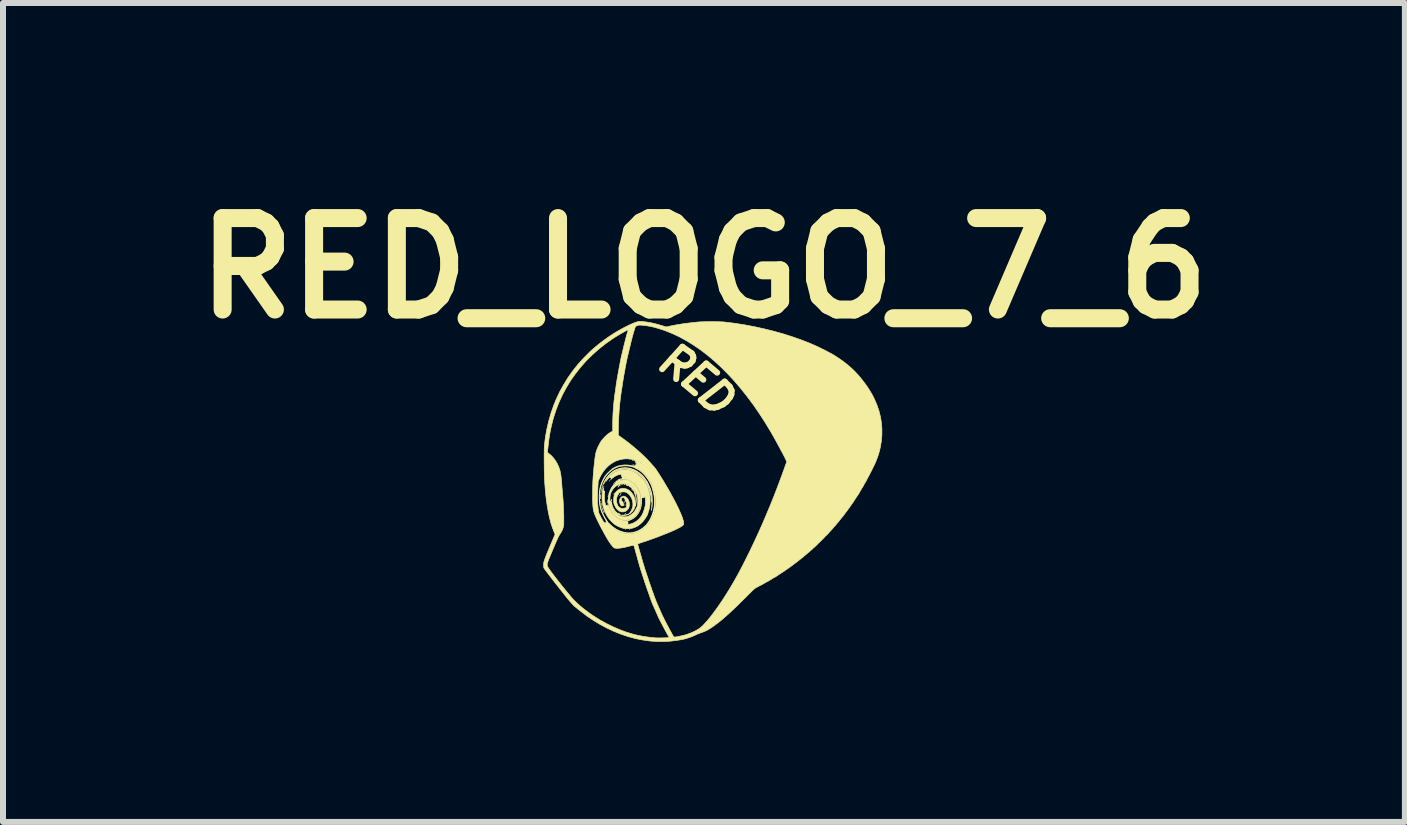
<source format=kicad_pcb>
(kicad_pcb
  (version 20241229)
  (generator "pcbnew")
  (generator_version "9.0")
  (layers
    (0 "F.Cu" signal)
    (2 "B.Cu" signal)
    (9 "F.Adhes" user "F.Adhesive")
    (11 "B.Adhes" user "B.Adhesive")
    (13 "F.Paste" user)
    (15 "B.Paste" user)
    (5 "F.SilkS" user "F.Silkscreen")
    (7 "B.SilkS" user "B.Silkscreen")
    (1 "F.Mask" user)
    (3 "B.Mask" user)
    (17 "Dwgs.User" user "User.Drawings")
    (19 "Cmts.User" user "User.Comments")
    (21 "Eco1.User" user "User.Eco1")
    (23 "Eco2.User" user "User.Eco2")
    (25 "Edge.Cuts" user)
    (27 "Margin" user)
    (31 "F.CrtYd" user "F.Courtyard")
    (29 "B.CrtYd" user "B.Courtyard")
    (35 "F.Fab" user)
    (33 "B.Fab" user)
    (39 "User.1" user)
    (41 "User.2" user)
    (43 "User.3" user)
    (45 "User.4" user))
  (footprint "RED_LOGO_7_6"
    (layer "F.Cu")
    (at 8.73 4.974)
    (property "Reference" "RED_LOGO_7_6" (at -0.051 -3.556 0) (layer "F.SilkS") (effects (font (size 1.524 1.524) (thickness 0.3))))
    (attr through_hole)
    (fp_poly (pts (xy -1.748 0.155) (xy -1.75 0.157) (xy -1.753 0.155) (xy -1.75 0.152) (xy -1.748 0.155)) (stroke (width 0.01) (type solid)) (fill yes) (layer "F.SilkS"))
    (fp_poly (pts (xy -1.744 0.133) (xy -1.746 0.135) (xy -1.748 0.133) (xy -1.746 0.131) (xy -1.744 0.133)) (stroke (width 0.01) (type solid)) (fill yes) (layer "F.SilkS"))
    (fp_poly (pts (xy -1.74 0.112) (xy -1.742 0.114) (xy -1.744 0.112) (xy -1.742 0.11) (xy -1.74 0.112)) (stroke (width 0.01) (type solid)) (fill yes) (layer "F.SilkS"))
    (fp_poly (pts (xy -1.736 0.099) (xy -1.738 0.102) (xy -1.74 0.099) (xy -1.738 0.097) (xy -1.736 0.099)) (stroke (width 0.01) (type solid)) (fill yes) (layer "F.SilkS"))
    (fp_poly (pts (xy -1.727 0.489) (xy -1.729 0.491) (xy -1.731 0.489) (xy -1.729 0.487) (xy -1.727 0.489)) (stroke (width 0.01) (type solid)) (fill yes) (layer "F.SilkS"))
    (fp_poly (pts (xy -1.723 0.497) (xy -1.725 0.5) (xy -1.727 0.497) (xy -1.725 0.495) (xy -1.723 0.497)) (stroke (width 0.01) (type solid)) (fill yes) (layer "F.SilkS"))
    (fp_poly (pts (xy -1.719 0.053) (xy -1.721 0.055) (xy -1.723 0.053) (xy -1.721 0.051) (xy -1.719 0.053)) (stroke (width 0.01) (type solid)) (fill yes) (layer "F.SilkS"))
    (fp_poly (pts (xy -1.714 0.519) (xy -1.717 0.521) (xy -1.719 0.519) (xy -1.717 0.516) (xy -1.714 0.519)) (stroke (width 0.01) (type solid)) (fill yes) (layer "F.SilkS"))
    (fp_poly (pts (xy -1.71 0.032) (xy -1.712 0.034) (xy -1.714 0.032) (xy -1.712 0.03) (xy -1.71 0.032)) (stroke (width 0.01) (type solid)) (fill yes) (layer "F.SilkS"))
    (fp_poly (pts (xy -1.706 0.023) (xy -1.708 0.025) (xy -1.71 0.023) (xy -1.708 0.021) (xy -1.706 0.023)) (stroke (width 0.01) (type solid)) (fill yes) (layer "F.SilkS"))
    (fp_poly (pts (xy -1.702 0.015) (xy -1.704 0.017) (xy -1.706 0.015) (xy -1.704 0.013) (xy -1.702 0.015)) (stroke (width 0.01) (type solid)) (fill yes) (layer "F.SilkS"))
    (fp_poly (pts (xy -1.698 0.002) (xy -1.7 0.004) (xy -1.702 0.002) (xy -1.7 0) (xy -1.698 0.002)) (stroke (width 0.01) (type solid)) (fill yes) (layer "F.SilkS"))
    (fp_poly (pts (xy -1.685 0.654) (xy -1.687 0.656) (xy -1.689 0.654) (xy -1.687 0.652) (xy -1.685 0.654)) (stroke (width 0.01) (type solid)) (fill yes) (layer "F.SilkS"))
    (fp_poly (pts (xy -1.664 0.671) (xy -1.666 0.673) (xy -1.668 0.671) (xy -1.666 0.669) (xy -1.664 0.671)) (stroke (width 0.01) (type solid)) (fill yes) (layer "F.SilkS"))
    (fp_poly (pts (xy -1.655 0.32) (xy -1.657 0.322) (xy -1.659 0.32) (xy -1.657 0.318) (xy -1.655 0.32)) (stroke (width 0.01) (type solid)) (fill yes) (layer "F.SilkS"))
    (fp_poly (pts (xy -1.638 0.205) (xy -1.64 0.207) (xy -1.643 0.205) (xy -1.64 0.203) (xy -1.638 0.205)) (stroke (width 0.01) (type solid)) (fill yes) (layer "F.SilkS"))
    (fp_poly (pts (xy -1.554 0.036) (xy -1.556 0.038) (xy -1.558 0.036) (xy -1.556 0.034) (xy -1.554 0.036)) (stroke (width 0.01) (type solid)) (fill yes) (layer "F.SilkS"))
    (fp_poly (pts (xy -1.549 0.21) (xy -1.552 0.212) (xy -1.554 0.21) (xy -1.552 0.207) (xy -1.549 0.21)) (stroke (width 0.01) (type solid)) (fill yes) (layer "F.SilkS"))
    (fp_poly (pts (xy -1.545 0.201) (xy -1.547 0.203) (xy -1.549 0.201) (xy -1.547 0.199) (xy -1.545 0.201)) (stroke (width 0.01) (type solid)) (fill yes) (layer "F.SilkS"))
    (fp_poly (pts (xy -1.541 0.193) (xy -1.543 0.195) (xy -1.545 0.193) (xy -1.543 0.191) (xy -1.541 0.193)) (stroke (width 0.01) (type solid)) (fill yes) (layer "F.SilkS"))
    (fp_poly (pts (xy -1.422 0.053) (xy -1.425 0.055) (xy -1.427 0.053) (xy -1.425 0.051) (xy -1.422 0.053)) (stroke (width 0.01) (type solid)) (fill yes) (layer "F.SilkS"))
    (fp_poly (pts (xy -1.405 0.557) (xy -1.408 0.559) (xy -1.41 0.557) (xy -1.408 0.555) (xy -1.405 0.557)) (stroke (width 0.01) (type solid)) (fill yes) (layer "F.SilkS"))
    (fp_poly (pts (xy -1.397 0.04) (xy -1.399 0.042) (xy -1.401 0.04) (xy -1.399 0.038) (xy -1.397 0.04)) (stroke (width 0.01) (type solid)) (fill yes) (layer "F.SilkS"))
    (fp_poly (pts (xy -1.38 0.049) (xy -1.382 0.051) (xy -1.384 0.049) (xy -1.382 0.047) (xy -1.38 0.049)) (stroke (width 0.01) (type solid)) (fill yes) (layer "F.SilkS"))
    (fp_poly (pts (xy -1.38 0.557) (xy -1.382 0.559) (xy -1.384 0.557) (xy -1.382 0.555) (xy -1.38 0.557)) (stroke (width 0.01) (type solid)) (fill yes) (layer "F.SilkS"))
    (fp_poly (pts (xy -1.376 0.04) (xy -1.378 0.042) (xy -1.38 0.04) (xy -1.378 0.038) (xy -1.376 0.04)) (stroke (width 0.01) (type solid)) (fill yes) (layer "F.SilkS"))
    (fp_poly (pts (xy -1.376 0.337) (xy -1.378 0.339) (xy -1.38 0.337) (xy -1.378 0.334) (xy -1.376 0.337)) (stroke (width 0.01) (type solid)) (fill yes) (layer "F.SilkS"))
    (fp_poly (pts (xy -1.372 0.353) (xy -1.374 0.356) (xy -1.376 0.353) (xy -1.374 0.351) (xy -1.372 0.353)) (stroke (width 0.01) (type solid)) (fill yes) (layer "F.SilkS"))
    (fp_poly (pts (xy -1.367 0.552) (xy -1.369 0.555) (xy -1.372 0.552) (xy -1.369 0.55) (xy -1.367 0.552)) (stroke (width 0.01) (type solid)) (fill yes) (layer "F.SilkS"))
    (fp_poly (pts (xy -1.363 0.396) (xy -1.365 0.398) (xy -1.367 0.396) (xy -1.365 0.394) (xy -1.363 0.396)) (stroke (width 0.01) (type solid)) (fill yes) (layer "F.SilkS"))
    (fp_poly (pts (xy -1.359 0.798) (xy -1.361 0.8) (xy -1.363 0.798) (xy -1.361 0.796) (xy -1.359 0.798)) (stroke (width 0.01) (type solid)) (fill yes) (layer "F.SilkS"))
    (fp_poly (pts (xy -1.355 0.049) (xy -1.357 0.051) (xy -1.359 0.049) (xy -1.357 0.047) (xy -1.355 0.049)) (stroke (width 0.01) (type solid)) (fill yes) (layer "F.SilkS"))
    (fp_poly (pts (xy -1.342 0.544) (xy -1.344 0.546) (xy -1.346 0.544) (xy -1.344 0.542) (xy -1.342 0.544)) (stroke (width 0.01) (type solid)) (fill yes) (layer "F.SilkS"))
    (fp_poly (pts (xy -1.291 -0.366) (xy -1.293 -0.364) (xy -1.295 -0.366) (xy -1.293 -0.368) (xy -1.291 -0.366)) (stroke (width 0.01) (type solid)) (fill yes) (layer "F.SilkS"))
    (fp_poly (pts (xy -1.291 0.798) (xy -1.293 0.8) (xy -1.295 0.798) (xy -1.293 0.796) (xy -1.291 0.798)) (stroke (width 0.01) (type solid)) (fill yes) (layer "F.SilkS"))
    (fp_poly (pts (xy -1.283 0.074) (xy -1.285 0.076) (xy -1.287 0.074) (xy -1.285 0.072) (xy -1.283 0.074)) (stroke (width 0.01) (type solid)) (fill yes) (layer "F.SilkS"))
    (fp_poly (pts (xy -1.249 0.138) (xy -1.251 0.14) (xy -1.253 0.138) (xy -1.251 0.135) (xy -1.249 0.138)) (stroke (width 0.01) (type solid)) (fill yes) (layer "F.SilkS"))
    (fp_poly (pts (xy -1.245 -0.277) (xy -1.247 -0.275) (xy -1.249 -0.277) (xy -1.247 -0.279) (xy -1.245 -0.277)) (stroke (width 0.01) (type solid)) (fill yes) (layer "F.SilkS"))
    (fp_poly (pts (xy -1.219 -0.282) (xy -1.221 -0.279) (xy -1.223 -0.282) (xy -1.221 -0.284) (xy -1.219 -0.282)) (stroke (width 0.01) (type solid)) (fill yes) (layer "F.SilkS"))
    (fp_poly (pts (xy -1.219 -0.269) (xy -1.221 -0.267) (xy -1.223 -0.269) (xy -1.221 -0.271) (xy -1.219 -0.269)) (stroke (width 0.01) (type solid)) (fill yes) (layer "F.SilkS"))
    (fp_poly (pts (xy -1.211 -0.273) (xy -1.213 -0.271) (xy -1.215 -0.273) (xy -1.213 -0.275) (xy -1.211 -0.273)) (stroke (width 0.01) (type solid)) (fill yes) (layer "F.SilkS"))
    (fp_poly (pts (xy -1.198 0.273) (xy -1.2 0.275) (xy -1.202 0.273) (xy -1.2 0.271) (xy -1.198 0.273)) (stroke (width 0.01) (type solid)) (fill yes) (layer "F.SilkS"))
    (fp_poly (pts (xy -1.194 0.231) (xy -1.196 0.233) (xy -1.198 0.231) (xy -1.196 0.229) (xy -1.194 0.231)) (stroke (width 0.01) (type solid)) (fill yes) (layer "F.SilkS"))
    (fp_poly (pts (xy -0.927 0.485) (xy -0.929 0.487) (xy -0.931 0.485) (xy -0.929 0.483) (xy -0.927 0.485)) (stroke (width 0.01) (type solid)) (fill yes) (layer "F.SilkS"))
    (fp_poly (pts (xy -1.762 0.156) (xy -1.762 0.164) (xy -1.762 0.166) (xy -1.764 0.167) (xy -1.765 0.161) (xy -1.764 0.155) (xy -1.762 0.156)) (stroke (width 0.01) (type solid)) (fill yes) (layer "F.SilkS"))
    (fp_poly (pts (xy -1.762 0.363) (xy -1.762 0.372) (xy -1.762 0.374) (xy -1.764 0.374) (xy -1.765 0.368) (xy -1.764 0.362) (xy -1.762 0.363)) (stroke (width 0.01) (type solid)) (fill yes) (layer "F.SilkS"))
    (fp_poly (pts (xy -1.758 0.135) (xy -1.758 0.141) (xy -1.759 0.143) (xy -1.76 0.142) (xy -1.761 0.137) (xy -1.76 0.133) (xy -1.758 0.135)) (stroke (width 0.01) (type solid)) (fill yes) (layer "F.SilkS"))
    (fp_poly (pts (xy -1.758 0.384) (xy -1.758 0.391) (xy -1.759 0.393) (xy -1.76 0.391) (xy -1.761 0.387) (xy -1.76 0.382) (xy -1.758 0.384)) (stroke (width 0.01) (type solid)) (fill yes) (layer "F.SilkS"))
    (fp_poly (pts (xy -1.754 0.118) (xy -1.753 0.124) (xy -1.754 0.126) (xy -1.756 0.125) (xy -1.756 0.12) (xy -1.755 0.116) (xy -1.754 0.118)) (stroke (width 0.01) (type solid)) (fill yes) (layer "F.SilkS"))
    (fp_poly (pts (xy -1.754 0.406) (xy -1.753 0.412) (xy -1.754 0.414) (xy -1.756 0.412) (xy -1.756 0.408) (xy -1.755 0.404) (xy -1.754 0.406)) (stroke (width 0.01) (type solid)) (fill yes) (layer "F.SilkS"))
    (fp_poly (pts (xy -1.75 0.103) (xy -1.749 0.108) (xy -1.75 0.109) (xy -1.752 0.108) (xy -1.753 0.106) (xy -1.751 0.102) (xy -1.75 0.103)) (stroke (width 0.01) (type solid)) (fill yes) (layer "F.SilkS"))
    (fp_poly (pts (xy -1.75 0.421) (xy -1.749 0.426) (xy -1.75 0.426) (xy -1.752 0.426) (xy -1.753 0.423) (xy -1.751 0.42) (xy -1.75 0.421)) (stroke (width 0.01) (type solid)) (fill yes) (layer "F.SilkS"))
    (fp_poly (pts (xy -1.746 0.09) (xy -1.745 0.095) (xy -1.746 0.096) (xy -1.748 0.095) (xy -1.748 0.093) (xy -1.747 0.09) (xy -1.746 0.09)) (stroke (width 0.01) (type solid)) (fill yes) (layer "F.SilkS"))
    (fp_poly (pts (xy -1.746 0.437) (xy -1.745 0.442) (xy -1.746 0.443) (xy -1.748 0.443) (xy -1.748 0.44) (xy -1.747 0.437) (xy -1.746 0.437)) (stroke (width 0.01) (type solid)) (fill yes) (layer "F.SilkS"))
    (fp_poly (pts (xy -1.741 0.078) (xy -1.741 0.083) (xy -1.741 0.083) (xy -1.744 0.083) (xy -1.744 0.08) (xy -1.743 0.077) (xy -1.741 0.078)) (stroke (width 0.01) (type solid)) (fill yes) (layer "F.SilkS"))
    (fp_poly (pts (xy -1.741 0.45) (xy -1.741 0.455) (xy -1.741 0.456) (xy -1.744 0.455) (xy -1.744 0.453) (xy -1.743 0.449) (xy -1.741 0.45)) (stroke (width 0.01) (type solid)) (fill yes) (layer "F.SilkS"))
    (fp_poly (pts (xy -1.737 0.065) (xy -1.737 0.07) (xy -1.737 0.071) (xy -1.74 0.07) (xy -1.74 0.068) (xy -1.738 0.064) (xy -1.737 0.065)) (stroke (width 0.01) (type solid)) (fill yes) (layer "F.SilkS"))
    (fp_poly (pts (xy -1.737 0.463) (xy -1.737 0.468) (xy -1.737 0.468) (xy -1.74 0.468) (xy -1.74 0.466) (xy -1.738 0.462) (xy -1.737 0.463)) (stroke (width 0.01) (type solid)) (fill yes) (layer "F.SilkS"))
    (fp_poly (pts (xy -1.733 0.052) (xy -1.732 0.057) (xy -1.733 0.058) (xy -1.735 0.057) (xy -1.736 0.055) (xy -1.734 0.052) (xy -1.733 0.052)) (stroke (width 0.01) (type solid)) (fill yes) (layer "F.SilkS"))
    (fp_poly (pts (xy -1.733 0.476) (xy -1.732 0.481) (xy -1.733 0.481) (xy -1.735 0.481) (xy -1.736 0.478) (xy -1.734 0.475) (xy -1.733 0.476)) (stroke (width 0.01) (type solid)) (fill yes) (layer "F.SilkS"))
    (fp_poly (pts (xy -1.72 0.09) (xy -1.72 0.095) (xy -1.72 0.096) (xy -1.723 0.095) (xy -1.723 0.093) (xy -1.721 0.09) (xy -1.72 0.09)) (stroke (width 0.01) (type solid)) (fill yes) (layer "F.SilkS"))
    (fp_poly (pts (xy -1.72 0.505) (xy -1.72 0.51) (xy -1.72 0.511) (xy -1.723 0.51) (xy -1.723 0.508) (xy -1.721 0.505) (xy -1.72 0.505)) (stroke (width 0.01) (type solid)) (fill yes) (layer "F.SilkS"))
    (fp_poly (pts (xy -1.716 0.078) (xy -1.716 0.08) (xy -1.719 0.08) (xy -1.722 0.079) (xy -1.722 0.078) (xy -1.717 0.077) (xy -1.716 0.078)) (stroke (width 0.01) (type solid)) (fill yes) (layer "F.SilkS"))
    (fp_poly (pts (xy -1.695 0.691) (xy -1.694 0.696) (xy -1.695 0.697) (xy -1.697 0.697) (xy -1.698 0.694) (xy -1.696 0.691) (xy -1.695 0.691)) (stroke (width 0.01) (type solid)) (fill yes) (layer "F.SilkS"))
    (fp_poly (pts (xy -1.657 0.327) (xy -1.656 0.332) (xy -1.657 0.333) (xy -1.659 0.332) (xy -1.659 0.33) (xy -1.658 0.327) (xy -1.657 0.327)) (stroke (width 0.01) (type solid)) (fill yes) (layer "F.SilkS"))
    (fp_poly (pts (xy -1.652 0.346) (xy -1.652 0.355) (xy -1.652 0.357) (xy -1.654 0.357) (xy -1.655 0.351) (xy -1.654 0.345) (xy -1.652 0.346)) (stroke (width 0.01) (type solid)) (fill yes) (layer "F.SilkS"))
    (fp_poly (pts (xy -1.648 0.376) (xy -1.648 0.383) (xy -1.648 0.384) (xy -1.65 0.383) (xy -1.651 0.379) (xy -1.65 0.374) (xy -1.648 0.376)) (stroke (width 0.01) (type solid)) (fill yes) (layer "F.SilkS"))
    (fp_poly (pts (xy -1.644 0.234) (xy -1.643 0.239) (xy -1.644 0.24) (xy -1.646 0.239) (xy -1.647 0.237) (xy -1.645 0.234) (xy -1.644 0.234)) (stroke (width 0.01) (type solid)) (fill yes) (layer "F.SilkS"))
    (fp_poly (pts (xy -1.496 -0.02) (xy -1.496 -0.017) (xy -1.499 -0.017) (xy -1.502 -0.018) (xy -1.501 -0.02) (xy -1.496 -0.02) (xy -1.496 -0.02)) (stroke (width 0.01) (type solid)) (fill yes) (layer "F.SilkS"))
    (fp_poly (pts (xy -1.449 0.226) (xy -1.45 0.228) (xy -1.452 0.229) (xy -1.456 0.227) (xy -1.455 0.226) (xy -1.45 0.225) (xy -1.449 0.226)) (stroke (width 0.01) (type solid)) (fill yes) (layer "F.SilkS"))
    (fp_poly (pts (xy -1.432 0.198) (xy -1.432 0.205) (xy -1.433 0.206) (xy -1.434 0.205) (xy -1.435 0.201) (xy -1.434 0.196) (xy -1.432 0.198)) (stroke (width 0.01) (type solid)) (fill yes) (layer "F.SilkS"))
    (fp_poly (pts (xy -1.407 0.044) (xy -1.408 0.046) (xy -1.412 0.046) (xy -1.417 0.045) (xy -1.415 0.044) (xy -1.408 0.043) (xy -1.407 0.044)) (stroke (width 0.01) (type solid)) (fill yes) (layer "F.SilkS"))
    (fp_poly (pts (xy -1.365 0.374) (xy -1.364 0.379) (xy -1.365 0.38) (xy -1.367 0.379) (xy -1.367 0.377) (xy -1.366 0.373) (xy -1.365 0.374)) (stroke (width 0.01) (type solid)) (fill yes) (layer "F.SilkS"))
    (fp_poly (pts (xy -1.212 -0.35) (xy -1.213 -0.347) (xy -1.215 -0.347) (xy -1.218 -0.349) (xy -1.218 -0.35) (xy -1.213 -0.35) (xy -1.212 -0.35)) (stroke (width 0.01) (type solid)) (fill yes) (layer "F.SilkS"))
    (fp_poly (pts (xy -1.201 -0.261) (xy -1.201 -0.259) (xy -1.207 -0.259) (xy -1.213 -0.26) (xy -1.212 -0.261) (xy -1.203 -0.262) (xy -1.201 -0.261)) (stroke (width 0.01) (type solid)) (fill yes) (layer "F.SilkS"))
    (fp_poly (pts (xy -1.763 0.185) (xy -1.764 0.189) (xy -1.767 0.194) (xy -1.769 0.192) (xy -1.77 0.186) (xy -1.768 0.18) (xy -1.765 0.18) (xy -1.763 0.185)) (stroke (width 0.01) (type solid)) (fill yes) (layer "F.SilkS"))
    (fp_poly (pts (xy -1.682 0.002) (xy -1.684 0.005) (xy -1.688 0.008) (xy -1.687 0.004) (xy -1.687 0.003) (xy -1.683 -0.002) (xy -1.681 -0.002) (xy -1.682 0.002)) (stroke (width 0.01) (type solid)) (fill yes) (layer "F.SilkS"))
    (fp_poly (pts (xy -1.767 0.329) (xy -1.766 0.34) (xy -1.767 0.346) (xy -1.768 0.347) (xy -1.768 0.341) (xy -1.768 0.337) (xy -1.768 0.328) (xy -1.767 0.327) (xy -1.767 0.329)) (stroke (width 0.01) (type solid)) (fill yes) (layer "F.SilkS"))
    (fp_poly (pts (xy -1.699 0.684) (xy -1.7 0.686) (xy -1.705 0.69) (xy -1.707 0.69) (xy -1.709 0.687) (xy -1.708 0.686) (xy -1.703 0.682) (xy -1.701 0.682) (xy -1.699 0.684)) (stroke (width 0.01) (type solid)) (fill yes) (layer "F.SilkS"))
    (fp_poly (pts (xy -1.685 -0.019) (xy -1.685 -0.017) (xy -1.688 -0.011) (xy -1.689 -0.011) (xy -1.693 -0.011) (xy -1.693 -0.012) (xy -1.69 -0.018) (xy -1.689 -0.019) (xy -1.685 -0.019)) (stroke (width 0.01) (type solid)) (fill yes) (layer "F.SilkS"))
    (fp_poly (pts (xy -1.666 -0.025) (xy -1.667 -0.021) (xy -1.67 -0.015) (xy -1.675 -0.01) (xy -1.676 -0.011) (xy -1.674 -0.017) (xy -1.67 -0.023) (xy -1.667 -0.026) (xy -1.666 -0.025)) (stroke (width 0.01) (type solid)) (fill yes) (layer "F.SilkS"))
    (fp_poly (pts (xy -1.643 0.249) (xy -1.643 0.25) (xy -1.644 0.254) (xy -1.644 0.254) (xy -1.648 0.251) (xy -1.649 0.25) (xy -1.649 0.246) (xy -1.647 0.246) (xy -1.643 0.249)) (stroke (width 0.01) (type solid)) (fill yes) (layer "F.SilkS"))
    (fp_poly (pts (xy -1.618 -0.014) (xy -1.619 -0.013) (xy -1.623 -0.009) (xy -1.624 -0.008) (xy -1.624 -0.011) (xy -1.623 -0.013) (xy -1.619 -0.017) (xy -1.619 -0.017) (xy -1.618 -0.014)) (stroke (width 0.01) (type solid)) (fill yes) (layer "F.SilkS"))
    (fp_poly (pts (xy -1.534 0.02) (xy -1.535 0.021) (xy -1.538 0.025) (xy -1.539 0.025) (xy -1.541 0.022) (xy -1.541 0.021) (xy -1.538 0.017) (xy -1.536 0.017) (xy -1.534 0.02)) (stroke (width 0.01) (type solid)) (fill yes) (layer "F.SilkS"))
    (fp_poly (pts (xy -1.461 0.528) (xy -1.461 0.529) (xy -1.462 0.533) (xy -1.462 0.533) (xy -1.466 0.53) (xy -1.467 0.529) (xy -1.467 0.525) (xy -1.465 0.525) (xy -1.461 0.528)) (stroke (width 0.01) (type solid)) (fill yes) (layer "F.SilkS"))
    (fp_poly (pts (xy -1.446 0.059) (xy -1.446 0.061) (xy -1.45 0.066) (xy -1.454 0.068) (xy -1.456 0.066) (xy -1.453 0.062) (xy -1.45 0.059) (xy -1.445 0.056) (xy -1.446 0.059)) (stroke (width 0.01) (type solid)) (fill yes) (layer "F.SilkS"))
    (fp_poly (pts (xy -1.437 0.218) (xy -1.437 0.22) (xy -1.441 0.224) (xy -1.442 0.224) (xy -1.444 0.221) (xy -1.444 0.22) (xy -1.44 0.216) (xy -1.439 0.216) (xy -1.437 0.218)) (stroke (width 0.01) (type solid)) (fill yes) (layer "F.SilkS"))
    (fp_poly (pts (xy -1.369 0.045) (xy -1.369 0.047) (xy -1.373 0.051) (xy -1.374 0.051) (xy -1.375 0.048) (xy -1.374 0.047) (xy -1.37 0.043) (xy -1.369 0.042) (xy -1.369 0.045)) (stroke (width 0.01) (type solid)) (fill yes) (layer "F.SilkS"))
    (fp_poly (pts (xy -1.359 0.531) (xy -1.355 0.535) (xy -1.355 0.536) (xy -1.358 0.538) (xy -1.359 0.538) (xy -1.363 0.534) (xy -1.363 0.533) (xy -1.361 0.531) (xy -1.359 0.531)) (stroke (width 0.01) (type solid)) (fill yes) (layer "F.SilkS"))
    (fp_poly (pts (xy -1.236 -0.358) (xy -1.232 -0.356) (xy -1.229 -0.352) (xy -1.23 -0.351) (xy -1.237 -0.354) (xy -1.24 -0.356) (xy -1.244 -0.359) (xy -1.242 -0.36) (xy -1.236 -0.358)) (stroke (width 0.01) (type solid)) (fill yes) (layer "F.SilkS"))
    (fp_poly (pts (xy -1.202 0.202) (xy -1.202 0.203) (xy -1.205 0.207) (xy -1.207 0.207) (xy -1.211 0.204) (xy -1.211 0.203) (xy -1.208 0.199) (xy -1.207 0.199) (xy -1.202 0.202)) (stroke (width 0.01) (type solid)) (fill yes) (layer "F.SilkS"))
    (fp_poly (pts (xy -0.923 0.333) (xy -0.923 0.336) (xy -0.925 0.342) (xy -0.927 0.343) (xy -0.931 0.34) (xy -0.931 0.339) (xy -0.928 0.333) (xy -0.927 0.332) (xy -0.923 0.333)) (stroke (width 0.01) (type solid)) (fill yes) (layer "F.SilkS"))
    (fp_poly (pts (xy -0.923 0.469) (xy -0.923 0.469) (xy -0.924 0.477) (xy -0.927 0.477) (xy -0.929 0.474) (xy -0.929 0.467) (xy -0.928 0.464) (xy -0.924 0.463) (xy -0.923 0.469)) (stroke (width 0.01) (type solid)) (fill yes) (layer "F.SilkS"))
    (fp_poly (pts (xy -0.919 0.448) (xy -0.919 0.448) (xy -0.92 0.456) (xy -0.923 0.456) (xy -0.925 0.453) (xy -0.925 0.446) (xy -0.923 0.443) (xy -0.92 0.442) (xy -0.919 0.448)) (stroke (width 0.01) (type solid)) (fill yes) (layer "F.SilkS"))
    (fp_poly (pts (xy -1.444 -0.041) (xy -1.446 -0.039) (xy -1.453 -0.035) (xy -1.463 -0.032) (xy -1.465 -0.032) (xy -1.48 -0.03) (xy -1.467 -0.036) (xy -1.456 -0.04) (xy -1.448 -0.042) (xy -1.444 -0.041)) (stroke (width 0.01) (type solid)) (fill yes) (layer "F.SilkS"))
    (fp_poly (pts (xy -1.452 0.05) (xy -1.457 0.058) (xy -1.465 0.071) (xy -1.476 0.087) (xy -1.48 0.093) (xy -1.482 0.092) (xy -1.482 0.091) (xy -1.479 0.085) (xy -1.474 0.075) (xy -1.467 0.064) (xy -1.459 0.054) (xy -1.454 0.048) (xy -1.452 0.047) (xy -1.452 0.05)) (stroke (width 0.01) (type solid)) (fill yes) (layer "F.SilkS"))
    (fp_poly (pts (xy -1.769 0.22) (xy -1.768 0.23) (xy -1.769 0.244) (xy -1.769 0.247) (xy -1.77 0.269) (xy -1.77 0.283) (xy -1.771 0.29) (xy -1.772 0.288) (xy -1.773 0.277) (xy -1.773 0.259) (xy -1.773 0.241) (xy -1.773 0.227) (xy -1.772 0.218) (xy -1.771 0.216) (xy -1.769 0.22)) (stroke (width 0.01) (type solid)) (fill yes) (layer "F.SilkS"))
    (fp_poly (pts (xy -1.329 0.05) (xy -1.329 0.051) (xy -1.332 0.053) (xy -1.337 0.052) (xy -1.342 0.051) (xy -1.34 0.054) (xy -1.338 0.056) (xy -1.335 0.062) (xy -1.337 0.064) (xy -1.343 0.061) (xy -1.346 0.058) (xy -1.348 0.052) (xy -1.344 0.049) (xy -1.333 0.047) (xy -1.329 0.05)) (stroke (width 0.01) (type solid)) (fill yes) (layer "F.SilkS"))
    (fp_poly (pts (xy -1.181 -0.328) (xy -1.175 -0.324) (xy -1.169 -0.319) (xy -1.171 -0.318) (xy -1.173 -0.318) (xy -1.181 -0.314) (xy -1.185 -0.31) (xy -1.188 -0.305) (xy -1.189 -0.307) (xy -1.189 -0.31) (xy -1.187 -0.318) (xy -1.185 -0.32) (xy -1.183 -0.324) (xy -1.186 -0.326) (xy -1.189 -0.33) (xy -1.187 -0.33) (xy -1.181 -0.328)) (stroke (width 0.01) (type solid)) (fill yes) (layer "F.SilkS"))
    (fp_poly (pts (xy -1.311 0.06) (xy -1.305 0.065) (xy -1.304 0.068) (xy -1.307 0.07) (xy -1.315 0.07) (xy -1.324 0.068) (xy -1.326 0.067) (xy -1.327 0.066) (xy -1.312 0.066) (xy -1.31 0.068) (xy -1.308 0.066) (xy -1.31 0.064) (xy -1.312 0.066) (xy -1.327 0.066) (xy -1.329 0.063) (xy -1.328 0.061) (xy -1.321 0.061) (xy -1.319 0.064) (xy -1.317 0.061) (xy -1.319 0.059) (xy -1.321 0.061) (xy -1.328 0.061) (xy -1.327 0.059) (xy -1.32 0.057) (xy -1.311 0.06)) (stroke (width 0.01) (type solid)) (fill yes) (layer "F.SilkS"))
    (fp_poly (pts (xy -1.317 -0.209) (xy -1.268 -0.2) (xy -1.222 -0.183) (xy -1.177 -0.159) (xy -1.132 -0.127) (xy -1.12 -0.117) (xy -1.076 -0.075) (xy -1.036 -0.026) (xy -1.002 0.029) (xy -0.973 0.088) (xy -0.951 0.151) (xy -0.934 0.217) (xy -0.925 0.286) (xy -0.925 0.289) (xy -0.924 0.309) (xy -0.924 0.321) (xy -0.925 0.326) (xy -0.928 0.324) (xy -0.929 0.323) (xy -0.93 0.317) (xy -0.93 0.306) (xy -0.931 0.294) (xy -0.933 0.259) (xy -0.94 0.22) (xy -0.951 0.177) (xy -0.964 0.134) (xy -0.98 0.092) (xy -0.995 0.058) (xy -1.028 0.000422) (xy -1.065 -0.05) (xy -1.106 -0.095) (xy -1.151 -0.132) (xy -1.2 -0.162) (xy -1.252 -0.185) (xy -1.307 -0.2) (xy -1.353 -0.206) (xy -1.394 -0.206) (xy -1.438 -0.199) (xy -1.483 -0.187) (xy -1.524 -0.17) (xy -1.558 -0.151) (xy -1.577 -0.138) (xy -1.598 -0.12) (xy -1.619 -0.1) (xy -1.638 -0.08) (xy -1.655 -0.061) (xy -1.666 -0.046) (xy -1.673 -0.035) (xy -1.68 -0.027) (xy -1.682 -0.025) (xy -1.683 -0.028) (xy -1.678 -0.037) (xy -1.669 -0.051) (xy -1.655 -0.069) (xy -1.645 -0.081) (xy -1.608 -0.12) (xy -1.566 -0.153) (xy -1.526 -0.176) (xy -1.488 -0.193) (xy -1.453 -0.204) (xy -1.416 -0.21) (xy -1.376 -0.213) (xy -1.369 -0.213) (xy -1.317 -0.209)) (stroke (width 0.01) (type solid)) (fill yes) (layer "F.SilkS"))
    (fp_poly (pts (xy -1.318 -0.228) (xy -1.267 -0.217) (xy -1.236 -0.206) (xy -1.222 -0.2) (xy -1.21 -0.195) (xy -1.204 -0.193) (xy -1.204 -0.193) (xy -1.195 -0.19) (xy -1.182 -0.182) (xy -1.165 -0.172) (xy -1.146 -0.159) (xy -1.128 -0.146) (xy -1.111 -0.133) (xy -1.11 -0.133) (xy -1.093 -0.118) (xy -1.075 -0.101) (xy -1.059 -0.084) (xy -1.055 -0.08) (xy -1.045 -0.067) (xy -1.034 -0.052) (xy -1.021 -0.035) (xy -1.01 -0.018) (xy -0.999 -0.003) (xy -0.991 0.009) (xy -0.987 0.017) (xy -0.986 0.018) (xy -0.985 0.023) (xy -0.98 0.033) (xy -0.973 0.048) (xy -0.968 0.059) (xy -0.942 0.12) (xy -0.922 0.186) (xy -0.921 0.193) (xy -0.918 0.209) (xy -0.915 0.231) (xy -0.913 0.256) (xy -0.912 0.283) (xy -0.911 0.312) (xy -0.911 0.34) (xy -0.911 0.367) (xy -0.912 0.391) (xy -0.913 0.411) (xy -0.915 0.426) (xy -0.917 0.435) (xy -0.919 0.436) (xy -0.921 0.432) (xy -0.921 0.42) (xy -0.92 0.405) (xy -0.917 0.363) (xy -0.917 0.316) (xy -0.92 0.268) (xy -0.925 0.222) (xy -0.933 0.178) (xy -0.942 0.143) (xy -0.951 0.119) (xy -0.963 0.091) (xy -0.977 0.06) (xy -0.992 0.03) (xy -1.008 0.001) (xy -1.022 -0.023) (xy -1.034 -0.04) (xy -1.067 -0.08) (xy -1.105 -0.116) (xy -1.145 -0.148) (xy -1.186 -0.174) (xy -1.227 -0.193) (xy -1.231 -0.195) (xy -1.26 -0.205) (xy -1.284 -0.212) (xy -1.304 -0.217) (xy -1.323 -0.22) (xy -1.344 -0.221) (xy -1.369 -0.222) (xy -1.372 -0.222) (xy -1.418 -0.219) (xy -1.459 -0.211) (xy -1.5 -0.197) (xy -1.532 -0.182) (xy -1.575 -0.155) (xy -1.616 -0.121) (xy -1.654 -0.081) (xy -1.686 -0.036) (xy -1.71 0.006) (xy -1.72 0.026) (xy -1.727 0.038) (xy -1.731 0.044) (xy -1.731 0.042) (xy -1.727 0.033) (xy -1.72 0.017) (xy -1.717 0.011) (xy -1.696 -0.029) (xy -1.669 -0.069) (xy -1.639 -0.105) (xy -1.608 -0.137) (xy -1.599 -0.144) (xy -1.582 -0.158) (xy -1.57 -0.168) (xy -1.563 -0.173) (xy -1.559 -0.176) (xy -1.557 -0.178) (xy -1.555 -0.178) (xy -1.555 -0.178) (xy -1.55 -0.18) (xy -1.542 -0.185) (xy -1.542 -0.186) (xy -1.527 -0.194) (xy -1.507 -0.202) (xy -1.483 -0.211) (xy -1.457 -0.219) (xy -1.432 -0.225) (xy -1.421 -0.227) (xy -1.369 -0.232) (xy -1.318 -0.228)) (stroke (width 0.01) (type solid)) (fill yes) (layer "F.SilkS"))
    (fp_poly (pts (xy -1.34 -0.195) (xy -1.314 -0.193) (xy -1.293 -0.19) (xy -1.287 -0.188) (xy -1.242 -0.173) (xy -1.196 -0.149) (xy -1.152 -0.119) (xy -1.11 -0.082) (xy -1.071 -0.041) (xy -1.041 -0.002) (xy -1.029 0.017) (xy -1.016 0.038) (xy -1.004 0.058) (xy -0.995 0.078) (xy -0.988 0.093) (xy -0.985 0.102) (xy -0.983 0.109) (xy -0.979 0.121) (xy -0.974 0.137) (xy -0.973 0.142) (xy -0.961 0.182) (xy -0.953 0.22) (xy -0.949 0.26) (xy -0.947 0.303) (xy -0.947 0.315) (xy -0.949 0.367) (xy -0.953 0.412) (xy -0.962 0.456) (xy -0.974 0.498) (xy -0.98 0.515) (xy -0.984 0.529) (xy -0.986 0.538) (xy -0.987 0.54) (xy -0.988 0.546) (xy -0.994 0.557) (xy -1.002 0.573) (xy -1.013 0.591) (xy -1.025 0.609) (xy -1.034 0.623) (xy -1.056 0.652) (xy -1.081 0.68) (xy -1.109 0.706) (xy -1.136 0.728) (xy -1.15 0.738) (xy -1.197 0.762) (xy -1.246 0.778) (xy -1.296 0.786) (xy -1.347 0.786) (xy -1.391 0.78) (xy -1.419 0.772) (xy -1.451 0.76) (xy -1.484 0.746) (xy -1.514 0.729) (xy -1.531 0.718) (xy -1.537 0.714) (xy -1.339 0.714) (xy -1.334 0.714) (xy -1.322 0.714) (xy -1.313 0.713) (xy -1.292 0.71) (xy -1.268 0.705) (xy -1.252 0.701) (xy -1.208 0.681) (xy -1.167 0.654) (xy -1.129 0.62) (xy -1.097 0.58) (xy -1.085 0.562) (xy -1.074 0.541) (xy -1.063 0.514) (xy -1.052 0.484) (xy -1.042 0.452) (xy -1.034 0.423) (xy -1.03 0.405) (xy -1.028 0.385) (xy -1.026 0.361) (xy -1.025 0.335) (xy -1.026 0.309) (xy -1.027 0.285) (xy -1.029 0.266) (xy -1.031 0.252) (xy -1.032 0.25) (xy -1.035 0.243) (xy -1.036 0.244) (xy -1.037 0.252) (xy -1.037 0.253) (xy -1.038 0.263) (xy -1.04 0.265) (xy -1.043 0.263) (xy -1.049 0.26) (xy -1.051 0.263) (xy -1.055 0.267) (xy -1.065 0.27) (xy -1.067 0.27) (xy -1.077 0.272) (xy -1.082 0.269) (xy -1.086 0.262) (xy -1.088 0.259) (xy -1.089 0.263) (xy -1.089 0.274) (xy -1.089 0.293) (xy -1.089 0.306) (xy -1.09 0.364) (xy -1.098 0.418) (xy -1.112 0.467) (xy -1.134 0.512) (xy -1.138 0.52) (xy -1.166 0.559) (xy -1.198 0.593) (xy -1.236 0.62) (xy -1.276 0.641) (xy -1.309 0.652) (xy -1.321 0.656) (xy -1.325 0.658) (xy -1.324 0.662) (xy -1.323 0.662) (xy -1.319 0.668) (xy -1.316 0.678) (xy -1.315 0.687) (xy -1.316 0.693) (xy -1.318 0.694) (xy -1.319 0.697) (xy -1.317 0.7) (xy -1.314 0.705) (xy -1.319 0.708) (xy -1.324 0.709) (xy -1.335 0.712) (xy -1.339 0.714) (xy -1.537 0.714) (xy -1.557 0.699) (xy -1.584 0.674) (xy -1.611 0.646) (xy -1.635 0.617) (xy -1.655 0.589) (xy -1.658 0.584) (xy -1.672 0.561) (xy -1.685 0.538) (xy -1.696 0.516) (xy -1.705 0.498) (xy -1.711 0.485) (xy -1.712 0.479) (xy -1.714 0.472) (xy -1.718 0.458) (xy -1.723 0.442) (xy -1.725 0.436) (xy -1.728 0.425) (xy -1.643 0.425) (xy -1.64 0.428) (xy -1.638 0.425) (xy -1.64 0.423) (xy -1.643 0.425) (xy -1.728 0.425) (xy -1.737 0.392) (xy -1.744 0.347) (xy -1.748 0.299) (xy -1.749 0.269) (xy -1.748 0.24) (xy -1.747 0.211) (xy -1.744 0.183) (xy -1.74 0.157) (xy -1.736 0.136) (xy -1.731 0.119) (xy -1.726 0.109) (xy -1.722 0.106) (xy -1.719 0.108) (xy -1.722 0.111) (xy -1.727 0.121) (xy -1.725 0.133) (xy -1.721 0.142) (xy -1.716 0.152) (xy -1.714 0.163) (xy -1.714 0.176) (xy -1.709 0.165) (xy -1.706 0.161) (xy -1.704 0.162) (xy -1.704 0.169) (xy -1.705 0.182) (xy -1.706 0.189) (xy -1.708 0.234) (xy -1.708 0.276) (xy -1.705 0.314) (xy -1.7 0.347) (xy -1.697 0.359) (xy -1.687 0.395) (xy -1.671 0.397) (xy -1.659 0.397) (xy -1.65 0.395) (xy -1.649 0.394) (xy -1.646 0.394) (xy -1.642 0.399) (xy -1.637 0.412) (xy -1.637 0.414) (xy -1.618 0.461) (xy -1.594 0.504) (xy -1.565 0.544) (xy -1.531 0.578) (xy -1.494 0.606) (xy -1.454 0.628) (xy -1.412 0.643) (xy -1.376 0.65) (xy -1.335 0.65) (xy -1.295 0.642) (xy -1.257 0.626) (xy -1.22 0.604) (xy -1.186 0.574) (xy -1.156 0.539) (xy -1.133 0.504) (xy -1.123 0.482) (xy -1.113 0.454) (xy -1.105 0.424) (xy -1.098 0.393) (xy -1.096 0.381) (xy -1.093 0.335) (xy -1.095 0.285) (xy -1.103 0.235) (xy -1.103 0.235) (xy -1.096 0.235) (xy -1.094 0.237) (xy -1.092 0.235) (xy -1.094 0.233) (xy -1.096 0.235) (xy -1.103 0.235) (xy -1.116 0.187) (xy -1.129 0.151) (xy -1.148 0.116) (xy -1.173 0.08) (xy -1.201 0.047) (xy -1.232 0.019) (xy -1.264 -0.004) (xy -1.276 -0.011) (xy -1.311 -0.027) (xy -1.343 -0.037) (xy -1.375 -0.041) (xy -1.402 -0.042) (xy -1.421 -0.041) (xy -1.433 -0.042) (xy -1.439 -0.043) (xy -1.437 -0.045) (xy -1.427 -0.047) (xy -1.422 -0.048) (xy -1.411 -0.05) (xy -1.408 -0.053) (xy -1.409 -0.057) (xy -1.38 -0.057) (xy -1.378 -0.055) (xy -1.372 -0.061) (xy -1.371 -0.062) (xy -1.367 -0.067) (xy -1.37 -0.066) (xy -1.373 -0.064) (xy -1.379 -0.059) (xy -1.38 -0.057) (xy -1.409 -0.057) (xy -1.41 -0.057) (xy -1.41 -0.057) (xy -1.413 -0.062) (xy -1.412 -0.064) (xy -1.412 -0.067) (xy -1.416 -0.074) (xy -1.416 -0.074) (xy -1.421 -0.082) (xy -1.419 -0.085) (xy -1.418 -0.085) (xy -1.416 -0.087) (xy -1.421 -0.094) (xy -1.422 -0.095) (xy -1.422 -0.095) (xy -1.274 -0.095) (xy -1.272 -0.093) (xy -1.27 -0.095) (xy -1.272 -0.097) (xy -1.274 -0.095) (xy -1.422 -0.095) (xy -1.427 -0.103) (xy -1.426 -0.108) (xy -1.308 -0.108) (xy -1.306 -0.106) (xy -1.304 -0.108) (xy -1.306 -0.11) (xy -1.308 -0.108) (xy -1.426 -0.108) (xy -1.425 -0.11) (xy -1.415 -0.115) (xy -1.406 -0.117) (xy -1.396 -0.12) (xy -1.393 -0.124) (xy -1.396 -0.125) (xy -1.389 -0.125) (xy -1.386 -0.123) (xy -1.384 -0.125) (xy -1.38 -0.125) (xy -1.378 -0.123) (xy -1.376 -0.125) (xy -1.378 -0.127) (xy -1.38 -0.125) (xy -1.384 -0.125) (xy -1.386 -0.127) (xy -1.389 -0.125) (xy -1.396 -0.125) (xy -1.398 -0.126) (xy -1.409 -0.125) (xy -1.437 -0.12) (xy -1.458 -0.116) (xy -1.475 -0.113) (xy -1.488 -0.109) (xy -1.499 -0.104) (xy -1.502 -0.103) (xy -1.523 -0.093) (xy -1.546 -0.079) (xy -1.568 -0.064) (xy -1.583 -0.051) (xy -1.594 -0.041) (xy -1.602 -0.034) (xy -1.606 -0.032) (xy -1.604 -0.035) (xy -1.601 -0.039) (xy -1.594 -0.049) (xy -1.592 -0.056) (xy -1.596 -0.059) (xy -1.597 -0.059) (xy -1.603 -0.062) (xy -1.607 -0.067) (xy -1.611 -0.07) (xy -1.61 -0.068) (xy -1.609 -0.064) (xy -1.613 -0.067) (xy -1.615 -0.069) (xy -1.62 -0.072) (xy -1.624 -0.072) (xy -1.63 -0.068) (xy -1.638 -0.058) (xy -1.643 -0.053) (xy -1.652 -0.042) (xy -1.659 -0.034) (xy -1.663 -0.032) (xy -1.663 -0.032) (xy -1.662 -0.036) (xy -1.656 -0.046) (xy -1.647 -0.058) (xy -1.634 -0.072) (xy -1.621 -0.087) (xy -1.61 -0.098) (xy -1.578 -0.126) (xy -1.547 -0.148) (xy -1.513 -0.166) (xy -1.474 -0.182) (xy -1.466 -0.185) (xy -1.452 -0.189) (xy -1.439 -0.192) (xy -1.426 -0.194) (xy -1.409 -0.195) (xy -1.388 -0.196) (xy -1.374 -0.196) (xy -1.34 -0.195)) (stroke (width 0.01) (type solid)) (fill yes) (layer "F.SilkS"))
    (fp_poly (pts (xy -1.367 -0.031) (xy -1.349 -0.03) (xy -1.336 -0.029) (xy -1.325 -0.026) (xy -1.314 -0.022) (xy -1.312 -0.022) (xy -1.277 -0.004) (xy -1.244 0.018) (xy -1.212 0.046) (xy -1.21 0.047) (xy -1.177 0.086) (xy -1.149 0.13) (xy -1.127 0.18) (xy -1.111 0.233) (xy -1.103 0.289) (xy -1.102 0.306) (xy -1.102 0.359) (xy -1.109 0.408) (xy -1.122 0.456) (xy -1.141 0.501) (xy -1.162 0.535) (xy -1.19 0.568) (xy -1.222 0.596) (xy -1.258 0.618) (xy -1.283 0.63) (xy -1.308 0.637) (xy -1.339 0.641) (xy -1.369 0.642) (xy -1.397 0.64) (xy -1.403 0.639) (xy -1.434 0.629) (xy -1.467 0.614) (xy -1.499 0.595) (xy -1.529 0.572) (xy -1.547 0.554) (xy -1.568 0.529) (xy -1.587 0.502) (xy -1.603 0.474) (xy -1.608 0.464) (xy -1.571 0.464) (xy -1.568 0.466) (xy -1.566 0.464) (xy -1.568 0.461) (xy -1.571 0.464) (xy -1.608 0.464) (xy -1.617 0.447) (xy -1.626 0.422) (xy -1.629 0.409) (xy -1.594 0.409) (xy -1.592 0.416) (xy -1.588 0.426) (xy -1.584 0.437) (xy -1.58 0.447) (xy -1.579 0.449) (xy -1.575 0.456) (xy -1.573 0.456) (xy -1.575 0.45) (xy -1.58 0.438) (xy -1.581 0.434) (xy -1.587 0.421) (xy -1.591 0.411) (xy -1.593 0.408) (xy -1.594 0.409) (xy -1.629 0.409) (xy -1.631 0.401) (xy -1.631 0.397) (xy -1.632 0.389) (xy -1.6 0.389) (xy -1.599 0.395) (xy -1.597 0.395) (xy -1.597 0.386) (xy -1.597 0.384) (xy -1.599 0.384) (xy -1.6 0.389) (xy -1.632 0.389) (xy -1.632 0.388) (xy -1.635 0.386) (xy -1.635 0.387) (xy -1.637 0.386) (xy -1.637 0.379) (xy -1.637 0.375) (xy -1.604 0.375) (xy -1.602 0.377) (xy -1.6 0.375) (xy -1.602 0.373) (xy -1.604 0.375) (xy -1.637 0.375) (xy -1.636 0.366) (xy -1.625 0.366) (xy -1.624 0.371) (xy -1.623 0.371) (xy -1.622 0.366) (xy -1.623 0.363) (xy -1.625 0.362) (xy -1.625 0.366) (xy -1.636 0.366) (xy -1.636 0.365) (xy -1.637 0.362) (xy -1.638 0.363) (xy -1.641 0.365) (xy -1.643 0.36) (xy -1.608 0.36) (xy -1.607 0.366) (xy -1.606 0.365) (xy -1.605 0.356) (xy -1.606 0.355) (xy -1.607 0.354) (xy -1.608 0.36) (xy -1.643 0.36) (xy -1.643 0.358) (xy -1.644 0.355) (xy -1.648 0.331) (xy -1.65 0.315) (xy -1.65 0.305) (xy -1.648 0.3) (xy -1.647 0.299) (xy -1.644 0.3) (xy -1.642 0.31) (xy -1.642 0.316) (xy -1.641 0.33) (xy -1.639 0.342) (xy -1.638 0.345) (xy -1.636 0.348) (xy -1.635 0.344) (xy -1.635 0.343) (xy -1.629 0.343) (xy -1.629 0.349) (xy -1.627 0.348) (xy -1.626 0.34) (xy -1.627 0.338) (xy -1.629 0.337) (xy -1.629 0.343) (xy -1.635 0.343) (xy -1.636 0.337) (xy -1.637 0.328) (xy -1.633 0.328) (xy -1.632 0.303) (xy -1.617 0.303) (xy -1.616 0.326) (xy -1.615 0.328) (xy -1.612 0.349) (xy -1.602 0.324) (xy -1.596 0.309) (xy -1.591 0.299) (xy -1.587 0.295) (xy -1.587 0.297) (xy -1.589 0.306) (xy -1.592 0.313) (xy -1.596 0.327) (xy -1.597 0.339) (xy -1.596 0.345) (xy -1.592 0.345) (xy -1.588 0.346) (xy -1.586 0.352) (xy -1.586 0.36) (xy -1.588 0.365) (xy -1.592 0.368) (xy -1.596 0.364) (xy -1.599 0.361) (xy -1.6 0.362) (xy -1.598 0.368) (xy -1.592 0.374) (xy -1.587 0.375) (xy -1.587 0.374) (xy -1.584 0.377) (xy -1.582 0.385) (xy -1.581 0.388) (xy -1.577 0.403) (xy -1.572 0.416) (xy -1.571 0.417) (xy -1.567 0.426) (xy -1.566 0.433) (xy -1.566 0.433) (xy -1.564 0.438) (xy -1.558 0.447) (xy -1.554 0.452) (xy -1.546 0.464) (xy -1.54 0.476) (xy -1.539 0.479) (xy -1.534 0.489) (xy -1.528 0.491) (xy -1.521 0.494) (xy -1.519 0.503) (xy -1.519 0.505) (xy -1.517 0.507) (xy -1.514 0.507) (xy -1.51 0.509) (xy -1.51 0.511) (xy -1.508 0.514) (xy -1.505 0.514) (xy -1.5 0.514) (xy -1.501 0.518) (xy -1.501 0.524) (xy -1.498 0.524) (xy -1.494 0.526) (xy -1.493 0.528) (xy -1.492 0.532) (xy -1.487 0.532) (xy -1.477 0.532) (xy -1.473 0.534) (xy -1.469 0.537) (xy -1.473 0.536) (xy -1.474 0.536) (xy -1.48 0.536) (xy -1.479 0.538) (xy -1.474 0.541) (xy -1.465 0.54) (xy -1.458 0.539) (xy -1.459 0.541) (xy -1.46 0.542) (xy -1.465 0.546) (xy -1.462 0.549) (xy -1.451 0.552) (xy -1.441 0.554) (xy -1.435 0.557) (xy -1.425 0.56) (xy -1.41 0.561) (xy -1.391 0.561) (xy -1.371 0.559) (xy -1.352 0.556) (xy -1.338 0.552) (xy -1.338 0.552) (xy -1.328 0.549) (xy -1.324 0.548) (xy -1.31 0.543) (xy -1.295 0.531) (xy -1.28 0.513) (xy -1.266 0.491) (xy -1.254 0.467) (xy -1.244 0.441) (xy -1.237 0.416) (xy -1.236 0.41) (xy -1.234 0.371) (xy -1.239 0.333) (xy -1.249 0.295) (xy -1.265 0.261) (xy -1.286 0.229) (xy -1.311 0.204) (xy -1.339 0.184) (xy -1.341 0.183) (xy -1.357 0.176) (xy -1.372 0.173) (xy -1.389 0.172) (xy -1.394 0.172) (xy -1.411 0.173) (xy -1.426 0.175) (xy -1.435 0.178) (xy -1.444 0.181) (xy -1.45 0.182) (xy -1.461 0.182) (xy -1.466 0.19) (xy -1.467 0.192) (xy -1.472 0.201) (xy -1.479 0.213) (xy -1.48 0.214) (xy -1.494 0.24) (xy -1.504 0.271) (xy -1.507 0.304) (xy -1.505 0.338) (xy -1.498 0.371) (xy -1.485 0.401) (xy -1.478 0.411) (xy -1.463 0.427) (xy -1.444 0.439) (xy -1.424 0.447) (xy -1.403 0.45) (xy -1.385 0.447) (xy -1.381 0.445) (xy -1.369 0.441) (xy -1.362 0.44) (xy -1.35 0.437) (xy -1.343 0.428) (xy -1.343 0.417) (xy -1.343 0.405) (xy -1.342 0.391) (xy -1.341 0.389) (xy -1.34 0.369) (xy -1.344 0.348) (xy -1.353 0.332) (xy -1.356 0.328) (xy -1.364 0.315) (xy -1.366 0.303) (xy -1.367 0.29) (xy -1.374 0.28) (xy -1.379 0.275) (xy -1.391 0.266) (xy -1.4 0.263) (xy -1.409 0.267) (xy -1.415 0.273) (xy -1.425 0.287) (xy -1.427 0.303) (xy -1.423 0.319) (xy -1.416 0.328) (xy -1.408 0.335) (xy -1.402 0.339) (xy -1.401 0.339) (xy -1.398 0.342) (xy -1.397 0.351) (xy -1.395 0.363) (xy -1.391 0.371) (xy -1.385 0.382) (xy -1.387 0.393) (xy -1.391 0.399) (xy -1.402 0.405) (xy -1.417 0.406) (xy -1.427 0.402) (xy -1.436 0.394) (xy -1.444 0.379) (xy -1.452 0.36) (xy -1.457 0.34) (xy -1.459 0.325) (xy -1.458 0.313) (xy -1.454 0.3) (xy -1.452 0.294) (xy -1.439 0.271) (xy -1.422 0.254) (xy -1.401 0.245) (xy -1.391 0.243) (xy -1.383 0.243) (xy -1.373 0.246) (xy -1.36 0.252) (xy -1.337 0.269) (xy -1.318 0.291) (xy -1.304 0.318) (xy -1.295 0.347) (xy -1.292 0.379) (xy -1.295 0.41) (xy -1.303 0.438) (xy -1.317 0.46) (xy -1.335 0.479) (xy -1.357 0.495) (xy -1.375 0.502) (xy -1.405 0.507) (xy -1.434 0.503) (xy -1.461 0.492) (xy -1.487 0.473) (xy -1.51 0.448) (xy -1.53 0.415) (xy -1.546 0.379) (xy -1.551 0.364) (xy -1.554 0.349) (xy -1.555 0.331) (xy -1.556 0.307) (xy -1.556 0.307) (xy -1.553 0.265) (xy -1.546 0.229) (xy -1.532 0.197) (xy -1.532 0.197) (xy -1.482 0.197) (xy -1.48 0.199) (xy -1.477 0.197) (xy -1.48 0.195) (xy -1.482 0.197) (xy -1.532 0.197) (xy -1.525 0.187) (xy -1.477 0.187) (xy -1.477 0.19) (xy -1.476 0.19) (xy -1.473 0.186) (xy -1.469 0.18) (xy -1.465 0.174) (xy -1.466 0.174) (xy -1.47 0.177) (xy -1.476 0.184) (xy -1.477 0.187) (xy -1.525 0.187) (xy -1.513 0.169) (xy -1.492 0.149) (xy -1.469 0.132) (xy -1.447 0.121) (xy -1.422 0.115) (xy -1.386 0.113) (xy -1.352 0.12) (xy -1.318 0.133) (xy -1.287 0.154) (xy -1.259 0.181) (xy -1.235 0.214) (xy -1.215 0.252) (xy -1.209 0.269) (xy -1.205 0.281) (xy -1.202 0.293) (xy -1.2 0.306) (xy -1.199 0.322) (xy -1.199 0.344) (xy -1.199 0.361) (xy -1.199 0.386) (xy -1.2 0.404) (xy -1.201 0.418) (xy -1.202 0.428) (xy -1.205 0.437) (xy -1.209 0.446) (xy -1.211 0.451) (xy -1.226 0.476) (xy -1.246 0.502) (xy -1.269 0.524) (xy -1.286 0.537) (xy -1.313 0.551) (xy -1.344 0.561) (xy -1.376 0.566) (xy -1.393 0.567) (xy -1.422 0.564) (xy -1.453 0.556) (xy -1.482 0.544) (xy -1.51 0.528) (xy -1.534 0.51) (xy -1.553 0.491) (xy -1.563 0.474) (xy -1.565 0.47) (xy -1.566 0.475) (xy -1.566 0.475) (xy -1.563 0.482) (xy -1.555 0.492) (xy -1.544 0.505) (xy -1.53 0.519) (xy -1.515 0.533) (xy -1.5 0.544) (xy -1.493 0.55) (xy -1.46 0.568) (xy -1.424 0.581) (xy -1.386 0.587) (xy -1.35 0.586) (xy -1.322 0.581) (xy -1.297 0.571) (xy -1.272 0.556) (xy -1.247 0.538) (xy -1.226 0.52) (xy -1.22 0.513) (xy -1.207 0.496) (xy -1.206 0.494) (xy -1.196 0.494) (xy -1.192 0.49) (xy -1.192 0.489) (xy -1.184 0.479) (xy -1.18 0.473) (xy -1.178 0.467) (xy -1.181 0.468) (xy -1.186 0.473) (xy -1.191 0.483) (xy -1.192 0.484) (xy -1.196 0.492) (xy -1.196 0.494) (xy -1.206 0.494) (xy -1.194 0.477) (xy -1.183 0.458) (xy -1.183 0.457) (xy -1.177 0.457) (xy -1.176 0.461) (xy -1.172 0.458) (xy -1.171 0.455) (xy -1.171 0.45) (xy -1.173 0.451) (xy -1.177 0.456) (xy -1.177 0.457) (xy -1.183 0.457) (xy -1.174 0.441) (xy -1.174 0.44) (xy -1.168 0.44) (xy -1.167 0.444) (xy -1.166 0.443) (xy -1.165 0.438) (xy -1.166 0.437) (xy -1.168 0.438) (xy -1.168 0.44) (xy -1.174 0.44) (xy -1.17 0.43) (xy -1.167 0.423) (xy -1.164 0.423) (xy -1.164 0.424) (xy -1.162 0.425) (xy -1.162 0.418) (xy -1.163 0.415) (xy -1.164 0.406) (xy -1.162 0.403) (xy -1.162 0.403) (xy -1.16 0.404) (xy -1.158 0.402) (xy -1.157 0.397) (xy -1.156 0.388) (xy -1.155 0.373) (xy -1.154 0.351) (xy -1.153 0.339) (xy -1.153 0.292) (xy -1.159 0.249) (xy -1.171 0.207) (xy -1.19 0.165) (xy -1.201 0.143) (xy -1.211 0.127) (xy -1.223 0.11) (xy -1.235 0.094) (xy -1.247 0.08) (xy -1.258 0.069) (xy -1.265 0.064) (xy -1.267 0.064) (xy -1.266 0.066) (xy -1.261 0.074) (xy -1.252 0.084) (xy -1.25 0.086) (xy -1.239 0.101) (xy -1.226 0.12) (xy -1.214 0.141) (xy -1.204 0.161) (xy -1.196 0.18) (xy -1.192 0.194) (xy -1.192 0.194) (xy -1.19 0.204) (xy -1.187 0.218) (xy -1.184 0.236) (xy -1.184 0.238) (xy -1.178 0.279) (xy -1.178 0.32) (xy -1.182 0.358) (xy -1.183 0.364) (xy -1.186 0.378) (xy -1.187 0.389) (xy -1.187 0.394) (xy -1.188 0.399) (xy -1.19 0.4) (xy -1.192 0.405) (xy -1.192 0.407) (xy -1.192 0.41) (xy -1.194 0.411) (xy -1.197 0.407) (xy -1.196 0.401) (xy -1.189 0.368) (xy -1.184 0.331) (xy -1.183 0.294) (xy -1.185 0.26) (xy -1.186 0.254) (xy -1.191 0.231) (xy -1.196 0.209) (xy -1.202 0.191) (xy -1.208 0.178) (xy -1.213 0.172) (xy -1.214 0.172) (xy -1.219 0.169) (xy -1.215 0.165) (xy -1.215 0.165) (xy -1.211 0.161) (xy -1.214 0.156) (xy -1.216 0.153) (xy -1.221 0.146) (xy -1.221 0.142) (xy -1.222 0.142) (xy -1.224 0.144) (xy -1.231 0.146) (xy -1.238 0.143) (xy -1.24 0.139) (xy -1.238 0.137) (xy -1.234 0.14) (xy -1.229 0.143) (xy -1.228 0.143) (xy -1.226 0.137) (xy -1.225 0.134) (xy -1.225 0.129) (xy -1.23 0.13) (xy -1.236 0.129) (xy -1.239 0.123) (xy -1.243 0.116) (xy -1.246 0.114) (xy -1.248 0.117) (xy -1.247 0.121) (xy -1.247 0.125) (xy -1.249 0.125) (xy -1.252 0.119) (xy -1.252 0.113) (xy -1.252 0.106) (xy -1.258 0.103) (xy -1.264 0.099) (xy -1.264 0.092) (xy -1.259 0.092) (xy -1.254 0.098) (xy -1.25 0.103) (xy -1.242 0.112) (xy -1.237 0.12) (xy -1.236 0.122) (xy -1.233 0.127) (xy -1.232 0.127) (xy -1.228 0.125) (xy -1.228 0.124) (xy -1.23 0.119) (xy -1.237 0.11) (xy -1.245 0.101) (xy -1.253 0.093) (xy -1.258 0.089) (xy -1.258 0.089) (xy -1.259 0.092) (xy -1.264 0.092) (xy -1.264 0.091) (xy -1.265 0.083) (xy -1.269 0.078) (xy -1.275 0.078) (xy -1.276 0.079) (xy -1.278 0.084) (xy -1.277 0.087) (xy -1.274 0.087) (xy -1.27 0.087) (xy -1.27 0.088) (xy -1.272 0.094) (xy -1.279 0.092) (xy -1.287 0.086) (xy -1.295 0.077) (xy -1.297 0.07) (xy -1.292 0.068) (xy -1.291 0.068) (xy -1.288 0.07) (xy -1.289 0.072) (xy -1.29 0.079) (xy -1.289 0.081) (xy -1.285 0.083) (xy -1.282 0.08) (xy -1.279 0.074) (xy -1.28 0.07) (xy -1.285 0.065) (xy -1.297 0.059) (xy -1.305 0.055) (xy -1.334 0.043) (xy -1.361 0.036) (xy -1.39 0.035) (xy -1.418 0.037) (xy -1.443 0.041) (xy -1.463 0.047) (xy -1.482 0.055) (xy -1.502 0.067) (xy -1.522 0.081) (xy -1.548 0.105) (xy -1.572 0.135) (xy -1.592 0.167) (xy -1.605 0.199) (xy -1.61 0.22) (xy -1.614 0.247) (xy -1.616 0.276) (xy -1.617 0.303) (xy -1.632 0.303) (xy -1.63 0.277) (xy -1.628 0.254) (xy -1.625 0.232) (xy -1.622 0.212) (xy -1.619 0.201) (xy -1.615 0.186) (xy -1.607 0.167) (xy -1.598 0.146) (xy -1.592 0.133) (xy -1.571 0.096) (xy -1.547 0.066) (xy -1.52 0.042) (xy -1.488 0.023) (xy -1.452 0.008) (xy -1.437 0.002) (xy -1.428 -0.002) (xy -1.428 -0.004) (xy -1.435 -0.003) (xy -1.45 0.000438) (xy -1.491 0.016) (xy -1.528 0.039) (xy -1.56 0.067) (xy -1.586 0.102) (xy -1.606 0.143) (xy -1.621 0.189) (xy -1.63 0.24) (xy -1.632 0.275) (xy -1.633 0.328) (xy -1.637 0.328) (xy -1.638 0.322) (xy -1.64 0.305) (xy -1.641 0.296) (xy -1.641 0.263) (xy -1.637 0.226) (xy -1.627 0.186) (xy -1.614 0.147) (xy -1.603 0.125) (xy -1.58 0.085) (xy -1.554 0.052) (xy -1.524 0.025) (xy -1.489 0.003) (xy -1.487 0.003) (xy -1.474 -0.003) (xy -1.458 -0.009) (xy -1.442 -0.014) (xy -1.428 -0.017) (xy -1.417 -0.019) (xy -1.413 -0.019) (xy -1.409 -0.02) (xy -1.406 -0.023) (xy -1.405 -0.027) (xy -1.411 -0.028) (xy -1.422 -0.027) (xy -1.436 -0.024) (xy -1.453 -0.02) (xy -1.47 -0.014) (xy -1.487 -0.008) (xy -1.502 -0.001) (xy -1.504 0.001) (xy -1.516 0.007) (xy -1.524 0.011) (xy -1.527 0.011) (xy -1.525 0.008) (xy -1.517 0.002) (xy -1.505 -0.005) (xy -1.49 -0.012) (xy -1.475 -0.019) (xy -1.468 -0.022) (xy -1.457 -0.026) (xy -1.445 -0.029) (xy -1.431 -0.03) (xy -1.413 -0.031) (xy -1.391 -0.031) (xy -1.367 -0.031)) (stroke (width 0.01) (type solid)) (fill yes) (layer "F.SilkS"))
    (fp_poly (pts (xy -1.082 -2.668) (xy -1.073 -2.667) (xy -1.003 -2.658) (xy -0.928 -2.645) (xy -0.851 -2.627) (xy -0.775 -2.606) (xy -0.745 -2.597) (xy -0.723 -2.59) (xy -0.704 -2.584) (xy -0.689 -2.58) (xy -0.68 -2.578) (xy -0.678 -2.578) (xy -0.671 -2.579) (xy -0.657 -2.581) (xy -0.639 -2.585) (xy -0.618 -2.59) (xy -0.613 -2.591) (xy -0.54 -2.606) (xy -0.463 -2.619) (xy -0.381 -2.632) (xy -0.292 -2.643) (xy -0.197 -2.654) (xy -0.163 -2.657) (xy -0.13 -2.66) (xy -0.092 -2.662) (xy -0.048 -2.663) (xy -0.001 -2.664) (xy 0.048 -2.665) (xy 0.098 -2.665) (xy 0.146 -2.664) (xy 0.192 -2.663) (xy 0.235 -2.662) (xy 0.271 -2.66) (xy 0.301 -2.658) (xy 0.305 -2.657) (xy 0.467 -2.637) (xy 0.631 -2.611) (xy 0.794 -2.58) (xy 0.957 -2.544) (xy 1.117 -2.504) (xy 1.274 -2.46) (xy 1.427 -2.411) (xy 1.575 -2.359) (xy 1.716 -2.304) (xy 1.801 -2.267) (xy 1.825 -2.256) (xy 1.854 -2.243) (xy 1.885 -2.227) (xy 1.92 -2.21) (xy 1.955 -2.193) (xy 1.99 -2.175) (xy 2.023 -2.157) (xy 2.054 -2.141) (xy 2.081 -2.127) (xy 2.103 -2.114) (xy 2.118 -2.105) (xy 2.12 -2.104) (xy 2.201 -2.051) (xy 2.276 -1.998) (xy 2.344 -1.944) (xy 2.407 -1.89) (xy 2.465 -1.834) (xy 2.52 -1.775) (xy 2.573 -1.712) (xy 2.604 -1.672) (xy 2.644 -1.619) (xy 2.678 -1.57) (xy 2.708 -1.523) (xy 2.736 -1.477) (xy 2.763 -1.429) (xy 2.789 -1.377) (xy 2.792 -1.369) (xy 2.833 -1.274) (xy 2.866 -1.178) (xy 2.891 -1.079) (xy 2.907 -0.979) (xy 2.915 -0.879) (xy 2.915 -0.777) (xy 2.906 -0.676) (xy 2.889 -0.574) (xy 2.874 -0.508) (xy 2.862 -0.468) (xy 2.848 -0.423) (xy 2.831 -0.378) (xy 2.815 -0.335) (xy 2.809 -0.321) (xy 2.803 -0.308) (xy 2.794 -0.289) (xy 2.784 -0.267) (xy 2.771 -0.242) (xy 2.758 -0.215) (xy 2.745 -0.188) (xy 2.731 -0.162) (xy 2.719 -0.137) (xy 2.708 -0.116) (xy 2.699 -0.099) (xy 2.692 -0.086) (xy 2.688 -0.081) (xy 2.688 -0.08) (xy 2.685 -0.075) (xy 2.681 -0.066) (xy 2.68 -0.064) (xy 2.673 -0.05) (xy 2.666 -0.038) (xy 2.666 -0.037) (xy 2.659 -0.024) (xy 2.654 -0.013) (xy 2.65 -0.004) (xy 2.646 -0.000018) (xy 2.645 0) (xy 2.642 0.003) (xy 2.642 0.006) (xy 2.639 0.014) (xy 2.636 0.018) (xy 2.631 0.025) (xy 2.625 0.036) (xy 2.621 0.042) (xy 2.609 0.065) (xy 2.599 0.084) (xy 2.59 0.099) (xy 2.584 0.107) (xy 2.582 0.109) (xy 2.578 0.114) (xy 2.578 0.116) (xy 2.575 0.124) (xy 2.573 0.128) (xy 2.568 0.135) (xy 2.561 0.146) (xy 2.559 0.15) (xy 2.552 0.162) (xy 2.545 0.173) (xy 2.543 0.175) (xy 2.538 0.184) (xy 2.536 0.191) (xy 2.534 0.198) (xy 2.533 0.199) (xy 2.529 0.202) (xy 2.523 0.211) (xy 2.519 0.218) (xy 2.512 0.229) (xy 2.507 0.236) (xy 2.505 0.237) (xy 2.502 0.24) (xy 2.502 0.242) (xy 2.499 0.248) (xy 2.497 0.252) (xy 2.487 0.263) (xy 2.482 0.27) (xy 2.481 0.275) (xy 2.478 0.281) (xy 2.475 0.284) (xy 2.47 0.291) (xy 2.463 0.302) (xy 2.46 0.307) (xy 2.452 0.318) (xy 2.446 0.327) (xy 2.444 0.329) (xy 2.439 0.336) (xy 2.438 0.339) (xy 2.436 0.346) (xy 2.433 0.349) (xy 2.427 0.357) (xy 2.421 0.364) (xy 2.415 0.373) (xy 2.41 0.379) (xy 2.405 0.386) (xy 2.405 0.389) (xy 2.402 0.394) (xy 2.401 0.394) (xy 2.397 0.397) (xy 2.392 0.406) (xy 2.392 0.406) (xy 2.387 0.415) (xy 2.383 0.419) (xy 2.383 0.419) (xy 2.379 0.423) (xy 2.377 0.427) (xy 2.373 0.435) (xy 2.366 0.445) (xy 2.365 0.445) (xy 2.347 0.468) (xy 2.337 0.483) (xy 2.33 0.492) (xy 2.321 0.503) (xy 2.319 0.505) (xy 2.311 0.516) (xy 2.305 0.524) (xy 2.305 0.526) (xy 2.301 0.532) (xy 2.298 0.533) (xy 2.295 0.537) (xy 2.294 0.539) (xy 2.291 0.546) (xy 2.284 0.554) (xy 2.284 0.554) (xy 2.276 0.561) (xy 2.273 0.566) (xy 2.273 0.566) (xy 2.271 0.572) (xy 2.264 0.58) (xy 2.264 0.581) (xy 2.255 0.59) (xy 2.245 0.603) (xy 2.239 0.609) (xy 2.229 0.622) (xy 2.219 0.634) (xy 2.215 0.638) (xy 2.209 0.646) (xy 2.206 0.651) (xy 2.206 0.652) (xy 2.203 0.656) (xy 2.196 0.664) (xy 2.192 0.669) (xy 2.18 0.683) (xy 2.165 0.7) (xy 2.15 0.718) (xy 2.138 0.733) (xy 2.129 0.744) (xy 2.115 0.759) (xy 2.099 0.778) (xy 2.08 0.8) (xy 2.059 0.822) (xy 2.042 0.84) (xy 2.031 0.853) (xy 2.021 0.864) (xy 2.016 0.871) (xy 2.015 0.873) (xy 2.012 0.876) (xy 2.01 0.876) (xy 2.004 0.88) (xy 1.997 0.888) (xy 1.997 0.889) (xy 1.99 0.898) (xy 1.984 0.902) (xy 1.983 0.902) (xy 1.978 0.904) (xy 1.977 0.906) (xy 1.974 0.91) (xy 1.966 0.919) (xy 1.954 0.932) (xy 1.94 0.947) (xy 1.923 0.964) (xy 1.906 0.981) (xy 1.89 0.997) (xy 1.875 1.011) (xy 1.862 1.023) (xy 1.854 1.031) (xy 1.85 1.033) (xy 1.846 1.036) (xy 1.846 1.039) (xy 1.842 1.045) (xy 1.834 1.052) (xy 1.833 1.053) (xy 1.824 1.059) (xy 1.82 1.065) (xy 1.82 1.066) (xy 1.818 1.071) (xy 1.817 1.071) (xy 1.812 1.074) (xy 1.803 1.081) (xy 1.793 1.09) (xy 1.783 1.1) (xy 1.774 1.107) (xy 1.77 1.109) (xy 1.766 1.113) (xy 1.765 1.115) (xy 1.763 1.121) (xy 1.761 1.122) (xy 1.756 1.125) (xy 1.747 1.132) (xy 1.736 1.142) (xy 1.736 1.142) (xy 1.722 1.154) (xy 1.709 1.166) (xy 1.701 1.174) (xy 1.688 1.184) (xy 1.676 1.195) (xy 1.674 1.196) (xy 1.662 1.206) (xy 1.65 1.216) (xy 1.649 1.216) (xy 1.639 1.225) (xy 1.626 1.236) (xy 1.621 1.24) (xy 1.603 1.256) (xy 1.585 1.271) (xy 1.564 1.286) (xy 1.551 1.297) (xy 1.537 1.308) (xy 1.534 1.312) (xy 1.523 1.32) (xy 1.514 1.326) (xy 1.511 1.327) (xy 1.504 1.331) (xy 1.503 1.334) (xy 1.5 1.338) (xy 1.491 1.345) (xy 1.481 1.352) (xy 1.467 1.362) (xy 1.454 1.371) (xy 1.447 1.377) (xy 1.436 1.386) (xy 1.427 1.393) (xy 1.416 1.4) (xy 1.41 1.405) (xy 1.395 1.417) (xy 1.386 1.423) (xy 1.381 1.426) (xy 1.379 1.427) (xy 1.374 1.429) (xy 1.366 1.436) (xy 1.365 1.437) (xy 1.356 1.445) (xy 1.346 1.45) (xy 1.346 1.45) (xy 1.339 1.454) (xy 1.338 1.457) (xy 1.334 1.46) (xy 1.333 1.46) (xy 1.326 1.463) (xy 1.323 1.466) (xy 1.315 1.472) (xy 1.308 1.477) (xy 1.299 1.484) (xy 1.293 1.489) (xy 1.286 1.494) (xy 1.283 1.494) (xy 1.277 1.497) (xy 1.273 1.5) (xy 1.267 1.505) (xy 1.256 1.513) (xy 1.251 1.516) (xy 1.239 1.523) (xy 1.231 1.529) (xy 1.228 1.531) (xy 1.222 1.536) (xy 1.219 1.537) (xy 1.213 1.539) (xy 1.205 1.546) (xy 1.203 1.547) (xy 1.194 1.554) (xy 1.187 1.558) (xy 1.186 1.558) (xy 1.181 1.56) (xy 1.181 1.561) (xy 1.178 1.565) (xy 1.169 1.571) (xy 1.162 1.575) (xy 1.151 1.581) (xy 1.144 1.587) (xy 1.143 1.588) (xy 1.139 1.591) (xy 1.136 1.592) (xy 1.128 1.594) (xy 1.117 1.6) (xy 1.107 1.607) (xy 1.095 1.614) (xy 1.085 1.62) (xy 1.081 1.621) (xy 1.076 1.624) (xy 1.075 1.626) (xy 1.072 1.63) (xy 1.065 1.632) (xy 1.057 1.635) (xy 1.054 1.638) (xy 1.051 1.642) (xy 1.045 1.645) (xy 1.036 1.648) (xy 1.033 1.651) (xy 1.03 1.654) (xy 1.023 1.658) (xy 1.012 1.664) (xy 0.994 1.673) (xy 0.982 1.679) (xy 0.97 1.686) (xy 0.961 1.691) (xy 0.957 1.694) (xy 0.953 1.697) (xy 0.95 1.698) (xy 0.944 1.7) (xy 0.943 1.701) (xy 0.939 1.704) (xy 0.929 1.71) (xy 0.915 1.718) (xy 0.904 1.723) (xy 0.888 1.731) (xy 0.874 1.738) (xy 0.866 1.743) (xy 0.864 1.744) (xy 0.859 1.747) (xy 0.849 1.752) (xy 0.835 1.76) (xy 0.828 1.763) (xy 0.82 1.767) (xy 0.813 1.771) (xy 0.805 1.776) (xy 0.797 1.782) (xy 0.788 1.79) (xy 0.776 1.8) (xy 0.762 1.813) (xy 0.745 1.829) (xy 0.725 1.85) (xy 0.7 1.874) (xy 0.67 1.904) (xy 0.636 1.939) (xy 0.631 1.943) (xy 0.563 2.01) (xy 0.501 2.072) (xy 0.443 2.127) (xy 0.389 2.178) (xy 0.338 2.224) (xy 0.29 2.266) (xy 0.245 2.305) (xy 0.202 2.34) (xy 0.16 2.372) (xy 0.135 2.39) (xy 0.114 2.406) (xy 0.094 2.42) (xy 0.074 2.433) (xy 0.051 2.448) (xy 0.025 2.464) (xy 0.005 2.476) (xy -0.021 2.489) (xy -0.05 2.501) (xy -0.08 2.513) (xy -0.107 2.522) (xy -0.11 2.523) (xy -0.13 2.53) (xy -0.152 2.539) (xy -0.173 2.548) (xy -0.174 2.549) (xy -0.217 2.569) (xy -0.262 2.587) (xy -0.309 2.604) (xy -0.355 2.618) (xy -0.398 2.629) (xy -0.417 2.633) (xy -0.512 2.648) (xy -0.603 2.659) (xy -0.692 2.665) (xy -0.78 2.666) (xy -0.87 2.663) (xy -0.884 2.662) (xy -0.952 2.657) (xy -1.025 2.647) (xy -1.1 2.635) (xy -1.174 2.62) (xy -1.2 2.614) (xy -1.318 2.582) (xy -1.436 2.542) (xy -1.553 2.495) (xy -1.67 2.44) (xy -1.784 2.379) (xy -1.896 2.311) (xy -2.004 2.238) (xy -2.107 2.159) (xy -2.12 2.149) (xy -2.14 2.133) (xy -2.159 2.118) (xy -2.175 2.104) (xy -2.188 2.094) (xy -2.192 2.091) (xy -2.208 2.078) (xy -2.226 2.06) (xy -2.249 2.036) (xy -2.275 2.006) (xy -2.302 1.975) (xy -2.311 1.964) (xy -2.325 1.948) (xy -2.342 1.926) (xy -2.362 1.901) (xy -2.386 1.871) (xy -2.411 1.839) (xy -2.438 1.805) (xy -2.467 1.768) (xy -2.496 1.731) (xy -2.525 1.694) (xy -2.554 1.657) (xy -2.582 1.621) (xy -2.608 1.587) (xy -2.633 1.555) (xy -2.655 1.526) (xy -2.674 1.501) (xy -2.69 1.48) (xy -2.701 1.464) (xy -2.709 1.454) (xy -2.71 1.452) (xy -2.716 1.443) (xy -2.719 1.434) (xy -2.721 1.424) (xy -2.722 1.41) (xy -2.722 1.392) (xy -2.722 1.386) (xy -2.662 1.386) (xy -2.662 1.399) (xy -2.659 1.412) (xy -2.658 1.414) (xy -2.653 1.423) (xy -2.643 1.438) (xy -2.629 1.459) (xy -2.611 1.484) (xy -2.59 1.513) (xy -2.566 1.545) (xy -2.539 1.58) (xy -2.51 1.617) (xy -2.48 1.656) (xy -2.449 1.695) (xy -2.418 1.735) (xy -2.386 1.774) (xy -2.355 1.812) (xy -2.326 1.848) (xy -2.297 1.882) (xy -2.271 1.914) (xy -2.248 1.941) (xy -2.227 1.964) (xy -2.213 1.979) (xy -2.182 2.01) (xy -2.145 2.044) (xy -2.103 2.08) (xy -2.058 2.117) (xy -2.01 2.154) (xy -1.96 2.191) (xy -1.911 2.225) (xy -1.886 2.242) (xy -1.78 2.308) (xy -1.671 2.368) (xy -1.56 2.422) (xy -1.449 2.47) (xy -1.337 2.511) (xy -1.227 2.544) (xy -1.227 2.544) (xy -1.162 2.56) (xy -1.092 2.574) (xy -1.019 2.586) (xy -0.945 2.595) (xy -0.872 2.603) (xy -0.836 2.605) (xy -0.82 2.605) (xy -0.798 2.606) (xy -0.772 2.605) (xy -0.745 2.605) (xy -0.717 2.604) (xy -0.691 2.603) (xy -0.668 2.602) (xy -0.651 2.601) (xy -0.644 2.6) (xy -0.626 2.597) (xy -0.634 2.587) (xy -0.64 2.578) (xy -0.649 2.563) (xy -0.661 2.542) (xy -0.675 2.517) (xy -0.69 2.489) (xy -0.707 2.458) (xy -0.724 2.426) (xy -0.742 2.393) (xy -0.758 2.361) (xy -0.774 2.331) (xy -0.788 2.304) (xy -0.8 2.28) (xy -0.809 2.261) (xy -0.812 2.254) (xy -0.819 2.238) (xy -0.829 2.215) (xy -0.84 2.19) (xy -0.852 2.163) (xy -0.861 2.142) (xy -0.872 2.117) (xy -0.883 2.093) (xy -0.893 2.072) (xy -0.9 2.055) (xy -0.905 2.045) (xy -0.91 2.033) (xy -0.917 2.015) (xy -0.925 1.993) (xy -0.934 1.968) (xy -0.94 1.952) (xy -0.95 1.924) (xy -0.96 1.895) (xy -0.97 1.867) (xy -0.979 1.842) (xy -0.982 1.833) (xy -0.993 1.803) (xy -1.005 1.768) (xy -1.018 1.729) (xy -1.033 1.686) (xy -1.047 1.642) (xy -1.062 1.597) (xy -1.077 1.552) (xy -1.091 1.508) (xy -1.104 1.468) (xy -1.115 1.431) (xy -1.125 1.399) (xy -1.132 1.372) (xy -1.136 1.359) (xy -1.141 1.34) (xy -1.148 1.316) (xy -1.156 1.289) (xy -1.163 1.262) (xy -1.166 1.251) (xy -1.174 1.222) (xy -1.183 1.19) (xy -1.192 1.158) (xy -1.199 1.13) (xy -1.201 1.124) (xy -1.206 1.103) (xy -1.212 1.084) (xy -1.216 1.07) (xy -1.219 1.062) (xy -1.219 1.061) (xy -1.224 1.061) (xy -1.236 1.063) (xy -1.252 1.066) (xy -1.268 1.07) (xy -1.33 1.086) (xy -1.385 1.099) (xy -1.433 1.107) (xy -1.473 1.112) (xy -1.506 1.113) (xy -1.532 1.11) (xy -1.538 1.108) (xy -1.552 1.101) (xy -1.569 1.085) (xy -1.589 1.061) (xy -1.612 1.03) (xy -1.638 0.991) (xy -1.667 0.944) (xy -1.698 0.89) (xy -1.731 0.829) (xy -1.76 0.775) (xy -1.651 0.775) (xy -1.65 0.777) (xy -1.647 0.78) (xy -1.641 0.787) (xy -1.638 0.787) (xy -1.638 0.786) (xy -1.641 0.782) (xy -1.646 0.778) (xy -1.651 0.775) (xy -1.76 0.775) (xy -1.762 0.771) (xy -1.563 0.771) (xy -1.559 0.775) (xy -1.551 0.782) (xy -1.536 0.794) (xy -1.514 0.807) (xy -1.488 0.821) (xy -1.459 0.834) (xy -1.437 0.844) (xy -1.385 0.86) (xy -1.331 0.868) (xy -1.276 0.868) (xy -1.219 0.859) (xy -1.217 0.859) (xy -1.163 0.843) (xy -1.113 0.819) (xy -1.065 0.789) (xy -1.022 0.751) (xy -0.982 0.707) (xy -0.947 0.658) (xy -0.917 0.603) (xy -0.893 0.544) (xy -0.874 0.48) (xy -0.868 0.451) (xy -0.865 0.434) (xy -0.863 0.418) (xy -0.861 0.402) (xy -0.86 0.384) (xy -0.86 0.362) (xy -0.861 0.334) (xy -0.861 0.316) (xy -0.862 0.28) (xy -0.863 0.25) (xy -0.865 0.225) (xy -0.869 0.202) (xy -0.873 0.18) (xy -0.879 0.157) (xy -0.888 0.13) (xy -0.888 0.129) (xy -0.897 0.102) (xy -0.909 0.072) (xy -0.922 0.042) (xy -0.934 0.013) (xy -0.947 -0.01) (xy -0.951 -0.019) (xy -0.979 -0.06) (xy -1.012 -0.101) (xy -1.048 -0.139) (xy -1.086 -0.174) (xy -1.125 -0.203) (xy -1.143 -0.214) (xy -0.978 -0.214) (xy -0.976 -0.212) (xy -0.974 -0.214) (xy -0.976 -0.216) (xy -0.978 -0.214) (xy -1.143 -0.214) (xy -1.163 -0.226) (xy -1.168 -0.229) (xy -1.182 -0.235) (xy -1.183 -0.236) (xy -1.159 -0.236) (xy -1.158 -0.233) (xy -1.156 -0.233) (xy -1.152 -0.234) (xy -1.153 -0.236) (xy -1.158 -0.236) (xy -1.159 -0.236) (xy -1.183 -0.236) (xy -1.192 -0.239) (xy -1.196 -0.24) (xy -1.003 -0.24) (xy -1.002 -0.238) (xy -0.997 -0.233) (xy -0.995 -0.234) (xy -0.995 -0.235) (xy -0.998 -0.238) (xy -1 -0.24) (xy -1.003 -0.24) (xy -1.196 -0.24) (xy -1.196 -0.24) (xy -1.195 -0.238) (xy -1.188 -0.234) (xy -1.182 -0.231) (xy -1.129 -0.2) (xy -1.082 -0.165) (xy -1.039 -0.124) (xy -1 -0.077) (xy -0.964 -0.024) (xy -0.937 0.026) (xy -0.917 0.069) (xy -0.9 0.117) (xy -0.886 0.17) (xy -0.875 0.224) (xy -0.868 0.277) (xy -0.865 0.328) (xy -0.866 0.359) (xy -0.874 0.433) (xy -0.89 0.503) (xy -0.911 0.568) (xy -0.94 0.629) (xy -0.975 0.684) (xy -1.016 0.734) (xy -1.019 0.737) (xy -1.061 0.775) (xy -1.108 0.807) (xy -1.159 0.832) (xy -1.213 0.85) (xy -1.218 0.851) (xy -1.255 0.858) (xy -1.297 0.86) (xy -1.339 0.859) (xy -1.378 0.854) (xy -1.382 0.853) (xy -1.409 0.846) (xy -1.44 0.835) (xy -1.473 0.821) (xy -1.503 0.807) (xy -1.53 0.792) (xy -1.54 0.786) (xy -1.554 0.776) (xy -1.561 0.771) (xy -1.563 0.771) (xy -1.762 0.771) (xy -1.768 0.76) (xy -1.769 0.758) (xy -1.668 0.758) (xy -1.667 0.76) (xy -1.664 0.763) (xy -1.658 0.77) (xy -1.655 0.77) (xy -1.655 0.769) (xy -1.658 0.765) (xy -1.663 0.761) (xy -1.668 0.758) (xy -1.769 0.758) (xy -1.774 0.747) (xy -1.676 0.747) (xy -1.674 0.749) (xy -1.672 0.747) (xy -1.674 0.745) (xy -1.676 0.747) (xy -1.774 0.747) (xy -1.776 0.743) (xy -1.594 0.743) (xy -1.584 0.755) (xy -1.575 0.763) (xy -1.571 0.766) (xy -1.571 0.765) (xy -1.573 0.761) (xy -1.58 0.755) (xy -1.582 0.753) (xy -1.594 0.743) (xy -1.776 0.743) (xy -1.781 0.734) (xy -1.688 0.734) (xy -1.687 0.736) (xy -1.683 0.74) (xy -1.681 0.74) (xy -1.681 0.739) (xy -1.684 0.735) (xy -1.686 0.734) (xy -1.688 0.734) (xy -1.781 0.734) (xy -1.785 0.726) (xy -1.693 0.726) (xy -1.691 0.728) (xy -1.689 0.726) (xy -1.691 0.724) (xy -1.693 0.726) (xy -1.785 0.726) (xy -1.796 0.705) (xy -1.636 0.705) (xy -1.619 0.723) (xy -1.609 0.734) (xy -1.603 0.739) (xy -1.601 0.741) (xy -1.6 0.74) (xy -1.603 0.736) (xy -1.61 0.729) (xy -1.618 0.722) (xy -1.636 0.705) (xy -1.796 0.705) (xy -1.807 0.684) (xy -1.831 0.635) (xy -1.847 0.602) (xy -1.86 0.572) (xy -1.872 0.544) (xy -1.881 0.516) (xy -1.889 0.489) (xy -1.895 0.46) (xy -1.899 0.429) (xy -1.902 0.395) (xy -1.904 0.356) (xy -1.906 0.312) (xy -1.906 0.295) (xy -1.825 0.295) (xy -1.825 0.296) (xy -1.824 0.322) (xy -1.823 0.351) (xy -1.82 0.383) (xy -1.817 0.415) (xy -1.814 0.445) (xy -1.81 0.474) (xy -1.807 0.498) (xy -1.803 0.517) (xy -1.8 0.528) (xy -1.795 0.539) (xy -1.787 0.555) (xy -1.777 0.575) (xy -1.765 0.598) (xy -1.752 0.621) (xy -1.739 0.644) (xy -1.728 0.663) (xy -1.718 0.679) (xy -1.713 0.688) (xy -1.704 0.698) (xy -1.696 0.7) (xy -1.69 0.693) (xy -1.687 0.686) (xy -1.651 0.686) (xy -1.65 0.688) (xy -1.647 0.691) (xy -1.641 0.698) (xy -1.638 0.698) (xy -1.638 0.697) (xy -1.641 0.693) (xy -1.646 0.689) (xy -1.651 0.686) (xy -1.687 0.686) (xy -1.687 0.686) (xy -1.681 0.671) (xy -1.674 0.665) (xy -1.671 0.665) (xy -1.669 0.668) (xy -1.669 0.67) (xy -1.667 0.675) (xy -1.665 0.676) (xy -1.658 0.677) (xy -1.657 0.677) (xy -1.652 0.679) (xy -1.648 0.682) (xy -1.639 0.69) (xy -1.627 0.701) (xy -1.613 0.715) (xy -1.613 0.716) (xy -1.564 0.758) (xy -1.512 0.794) (xy -1.456 0.821) (xy -1.396 0.841) (xy -1.342 0.852) (xy -1.317 0.854) (xy -1.286 0.854) (xy -1.254 0.851) (xy -1.203 0.84) (xy -1.153 0.822) (xy -1.106 0.798) (xy -1.065 0.769) (xy -1.052 0.757) (xy -1.04 0.746) (xy -1.029 0.737) (xy -1.023 0.732) (xy -1.022 0.731) (xy -1.016 0.726) (xy -1.007 0.715) (xy -0.995 0.7) (xy -0.983 0.683) (xy -0.97 0.665) (xy -0.959 0.647) (xy -0.95 0.633) (xy -0.931 0.594) (xy -0.913 0.549) (xy -0.898 0.501) (xy -0.886 0.452) (xy -0.881 0.423) (xy -0.875 0.364) (xy -0.875 0.301) (xy -0.882 0.237) (xy -0.894 0.174) (xy -0.911 0.114) (xy -0.912 0.11) (xy -0.918 0.094) (xy -0.922 0.081) (xy -0.925 0.072) (xy -0.925 0.071) (xy -0.929 0.061) (xy -0.936 0.046) (xy -0.946 0.026) (xy -0.959 0.003) (xy -0.973 -0.021) (xy -0.979 -0.031) (xy -0.998 -0.058) (xy -1.021 -0.088) (xy -1.047 -0.117) (xy -1.073 -0.144) (xy -1.099 -0.167) (xy -1.109 -0.175) (xy -1.128 -0.188) (xy -1.152 -0.202) (xy -1.178 -0.216) (xy -1.205 -0.23) (xy -1.23 -0.241) (xy -1.243 -0.246) (xy -1.25 -0.248) (xy -1.215 -0.248) (xy -1.213 -0.246) (xy -1.211 -0.248) (xy -1.213 -0.25) (xy -1.215 -0.248) (xy -1.25 -0.248) (xy -1.267 -0.252) (xy -1.228 -0.252) (xy -1.226 -0.25) (xy -1.223 -0.252) (xy -1.226 -0.254) (xy -1.228 -0.252) (xy -1.267 -0.252) (xy -1.275 -0.254) (xy -1.311 -0.259) (xy -1.351 -0.261) (xy -1.391 -0.26) (xy -1.43 -0.256) (xy -1.465 -0.249) (xy -1.483 -0.243) (xy -1.522 -0.228) (xy -1.556 -0.209) (xy -1.589 -0.187) (xy -1.622 -0.159) (xy -1.639 -0.143) (xy -1.678 -0.099) (xy -1.712 -0.05) (xy -1.739 0.005) (xy -1.762 0.064) (xy -1.778 0.126) (xy -1.787 0.191) (xy -1.79 0.258) (xy -1.789 0.284) (xy -1.785 0.332) (xy -1.779 0.38) (xy -1.771 0.425) (xy -1.76 0.465) (xy -1.757 0.474) (xy -1.748 0.499) (xy -1.735 0.528) (xy -1.721 0.559) (xy -1.705 0.589) (xy -1.69 0.616) (xy -1.676 0.639) (xy -1.67 0.647) (xy -1.661 0.661) (xy -1.655 0.671) (xy -1.653 0.676) (xy -1.655 0.676) (xy -1.661 0.67) (xy -1.665 0.665) (xy -1.672 0.658) (xy -1.678 0.655) (xy -1.679 0.655) (xy -1.68 0.655) (xy -1.679 0.653) (xy -1.678 0.648) (xy -1.68 0.647) (xy -1.684 0.643) (xy -1.691 0.633) (xy -1.699 0.621) (xy -1.707 0.608) (xy -1.712 0.598) (xy -1.714 0.592) (xy -1.714 0.591) (xy -1.717 0.583) (xy -1.719 0.582) (xy -1.724 0.574) (xy -1.731 0.561) (xy -1.739 0.543) (xy -1.748 0.523) (xy -1.757 0.503) (xy -1.764 0.483) (xy -1.766 0.478) (xy -1.779 0.434) (xy -1.788 0.387) (xy -1.794 0.337) (xy -1.797 0.281) (xy -1.797 0.262) (xy -1.797 0.227) (xy -1.795 0.197) (xy -1.794 0.172) (xy -1.791 0.155) (xy -1.788 0.137) (xy -1.786 0.121) (xy -1.784 0.11) (xy -1.78 0.091) (xy -1.773 0.066) (xy -1.763 0.037) (xy -1.75 0.006) (xy -1.736 -0.024) (xy -1.721 -0.053) (xy -1.707 -0.079) (xy -1.699 -0.091) (xy -1.686 -0.107) (xy -1.669 -0.127) (xy -1.649 -0.148) (xy -1.627 -0.169) (xy -1.605 -0.189) (xy -1.585 -0.206) (xy -1.568 -0.219) (xy -1.564 -0.221) (xy -1.519 -0.245) (xy -1.473 -0.262) (xy -1.426 -0.272) (xy -1.374 -0.277) (xy -1.361 -0.277) (xy -1.333 -0.276) (xy -1.305 -0.274) (xy -1.278 -0.271) (xy -1.253 -0.266) (xy -1.233 -0.261) (xy -1.217 -0.256) (xy -1.208 -0.25) (xy -1.206 -0.245) (xy -1.204 -0.243) (xy -1.2 -0.247) (xy -1.199 -0.25) (xy -1.194 -0.25) (xy -1.191 -0.246) (xy -1.19 -0.246) (xy -1.187 -0.248) (xy -1.181 -0.248) (xy -1.179 -0.246) (xy -1.177 -0.248) (xy -1.012 -0.248) (xy -1.01 -0.246) (xy -1.008 -0.248) (xy -1.01 -0.25) (xy -1.012 -0.248) (xy -1.177 -0.248) (xy -1.179 -0.25) (xy -1.181 -0.248) (xy -1.187 -0.248) (xy -1.185 -0.249) (xy -1.185 -0.25) (xy -1.189 -0.254) (xy -1.19 -0.254) (xy -1.194 -0.251) (xy -1.194 -0.25) (xy -1.199 -0.25) (xy -1.195 -0.255) (xy -1.194 -0.259) (xy -1.19 -0.26) (xy -1.184 -0.26) (xy -1.18 -0.259) (xy -1.183 -0.262) (xy -1.187 -0.264) (xy -1.189 -0.265) (xy -1.037 -0.265) (xy -1.035 -0.262) (xy -1.033 -0.265) (xy -1.035 -0.267) (xy -1.037 -0.265) (xy -1.189 -0.265) (xy -1.195 -0.268) (xy -1.196 -0.271) (xy -1.193 -0.273) (xy -1.188 -0.277) (xy -1.188 -0.281) (xy -1.188 -0.283) (xy -1.184 -0.283) (xy -1.178 -0.284) (xy -1.173 -0.29) (xy -1.173 -0.291) (xy -1.07 -0.291) (xy -1.069 -0.289) (xy -1.065 -0.284) (xy -1.063 -0.285) (xy -1.063 -0.285) (xy -1.063 -0.286) (xy -1.06 -0.286) (xy -1.052 -0.276) (xy -1.045 -0.268) (xy -1.042 -0.267) (xy -1.041 -0.268) (xy -1.044 -0.272) (xy -1.051 -0.278) (xy -1.06 -0.286) (xy -1.063 -0.286) (xy -1.066 -0.289) (xy -1.067 -0.29) (xy -1.07 -0.291) (xy -1.173 -0.291) (xy -1.171 -0.297) (xy -1.171 -0.298) (xy -1.118 -0.298) (xy -1.115 -0.296) (xy -1.113 -0.298) (xy -1.115 -0.301) (xy -1.118 -0.298) (xy -1.171 -0.298) (xy -1.173 -0.303) (xy -1.173 -0.303) (xy -1.176 -0.307) (xy -1.126 -0.307) (xy -1.124 -0.305) (xy -1.122 -0.307) (xy -1.124 -0.309) (xy -1.126 -0.307) (xy -1.176 -0.307) (xy -1.176 -0.307) (xy -1.172 -0.31) (xy -1.164 -0.31) (xy -1.161 -0.31) (xy -1.153 -0.309) (xy -1.153 -0.311) (xy -1.158 -0.315) (xy -1.163 -0.32) (xy -1.161 -0.322) (xy -1.16 -0.322) (xy -1.16 -0.322) (xy -1.151 -0.322) (xy -1.15 -0.318) (xy -1.149 -0.319) (xy -1.148 -0.324) (xy -1.149 -0.325) (xy -1.151 -0.324) (xy -1.151 -0.322) (xy -1.16 -0.322) (xy -1.16 -0.323) (xy -1.165 -0.327) (xy -1.17 -0.33) (xy -1.181 -0.335) (xy -1.189 -0.336) (xy -1.19 -0.336) (xy -1.194 -0.337) (xy -1.194 -0.338) (xy -1.197 -0.342) (xy -1.201 -0.343) (xy -1.205 -0.344) (xy -1.203 -0.346) (xy -1.196 -0.346) (xy -1.182 -0.342) (xy -1.164 -0.336) (xy -1.143 -0.327) (xy -1.121 -0.317) (xy -1.11 -0.311) (xy -1.096 -0.304) (xy -1.085 -0.3) (xy -1.08 -0.298) (xy -1.08 -0.299) (xy -1.087 -0.305) (xy -1.101 -0.312) (xy -1.12 -0.321) (xy -1.142 -0.331) (xy -1.166 -0.341) (xy -1.19 -0.35) (xy -1.212 -0.359) (xy -1.232 -0.365) (xy -1.238 -0.366) (xy -1.249 -0.369) (xy -1.257 -0.371) (xy -1.289 -0.377) (xy -1.326 -0.379) (xy -1.365 -0.378) (xy -1.405 -0.374) (xy -1.443 -0.366) (xy -1.443 -0.366) (xy -1.458 -0.362) (xy -1.476 -0.357) (xy -1.495 -0.35) (xy -1.512 -0.344) (xy -1.527 -0.338) (xy -1.537 -0.334) (xy -1.541 -0.331) (xy -1.546 -0.328) (xy -1.555 -0.322) (xy -1.565 -0.317) (xy -1.606 -0.291) (xy -1.645 -0.259) (xy -1.684 -0.22) (xy -1.72 -0.177) (xy -1.752 -0.129) (xy -1.78 -0.079) (xy -1.793 -0.05) (xy -1.812 -0.004) (xy -1.819 0.122) (xy -1.821 0.156) (xy -1.822 0.191) (xy -1.824 0.224) (xy -1.825 0.253) (xy -1.825 0.277) (xy -1.825 0.295) (xy -1.906 0.295) (xy -1.906 0.262) (xy -1.906 0.214) (xy -1.906 0.139) (xy -1.904 0.069) (xy -1.902 0.003) (xy -1.898 -0.064) (xy -1.893 -0.132) (xy -1.886 -0.205) (xy -1.884 -0.233) (xy -1.879 -0.282) (xy -1.874 -0.324) (xy -1.87 -0.359) (xy -1.867 -0.388) (xy -1.863 -0.413) (xy -1.86 -0.435) (xy -1.857 -0.454) (xy -1.853 -0.471) (xy -1.849 -0.487) (xy -1.844 -0.504) (xy -1.839 -0.519) (xy -1.83 -0.545) (xy -1.817 -0.575) (xy -1.801 -0.606) (xy -1.785 -0.637) (xy -1.769 -0.664) (xy -1.756 -0.684) (xy -1.74 -0.703) (xy -1.721 -0.725) (xy -1.699 -0.748) (xy -1.678 -0.768) (xy -1.674 -0.772) (xy -1.478 -0.772) (xy -1.42 -0.73) (xy -1.355 -0.683) (xy -1.29 -0.633) (xy -1.226 -0.581) (xy -1.164 -0.528) (xy -1.105 -0.476) (xy -1.051 -0.425) (xy -1.002 -0.377) (xy -0.978 -0.351) (xy -0.95 -0.321) (xy -0.925 -0.293) (xy -0.902 -0.267) (xy -0.882 -0.244) (xy -0.866 -0.224) (xy -0.854 -0.21) (xy -0.85 -0.204) (xy -0.806 -0.138) (xy -0.764 -0.071) (xy -0.722 -0.004) (xy -0.682 0.064) (xy -0.643 0.13) (xy -0.606 0.196) (xy -0.571 0.26) (xy -0.538 0.322) (xy -0.508 0.381) (xy -0.48 0.437) (xy -0.456 0.49) (xy -0.435 0.538) (xy -0.417 0.582) (xy -0.404 0.62) (xy -0.394 0.653) (xy -0.389 0.679) (xy -0.388 0.689) (xy -0.387 0.716) (xy -0.407 0.734) (xy -0.423 0.746) (xy -0.446 0.76) (xy -0.476 0.776) (xy -0.512 0.794) (xy -0.554 0.814) (xy -0.601 0.834) (xy -0.652 0.856) (xy -0.708 0.878) (xy -0.766 0.901) (xy -0.828 0.925) (xy -0.891 0.948) (xy -0.956 0.971) (xy -1.021 0.994) (xy -1.059 1.006) (xy -1.09 1.016) (xy -1.113 1.024) (xy -1.13 1.03) (xy -1.141 1.035) (xy -1.148 1.038) (xy -1.152 1.041) (xy -1.154 1.044) (xy -1.153 1.048) (xy -1.153 1.049) (xy -1.15 1.059) (xy -1.146 1.075) (xy -1.139 1.098) (xy -1.132 1.126) (xy -1.122 1.158) (xy -1.112 1.194) (xy -1.101 1.231) (xy -1.09 1.27) (xy -1.079 1.309) (xy -1.068 1.347) (xy -1.057 1.384) (xy -1.052 1.399) (xy -1.045 1.423) (xy -1.036 1.453) (xy -1.024 1.488) (xy -1.011 1.528) (xy -0.997 1.57) (xy -0.982 1.614) (xy -0.968 1.658) (xy -0.953 1.701) (xy -0.939 1.741) (xy -0.926 1.777) (xy -0.919 1.799) (xy -0.908 1.83) (xy -0.896 1.861) (xy -0.886 1.891) (xy -0.876 1.918) (xy -0.868 1.94) (xy -0.866 1.945) (xy -0.858 1.966) (xy -0.848 1.993) (xy -0.836 2.022) (xy -0.823 2.051) (xy -0.815 2.07) (xy -0.802 2.1) (xy -0.787 2.133) (xy -0.772 2.167) (xy -0.758 2.198) (xy -0.752 2.212) (xy -0.743 2.232) (xy -0.73 2.257) (xy -0.715 2.288) (xy -0.698 2.322) (xy -0.679 2.359) (xy -0.659 2.397) (xy -0.639 2.435) (xy -0.619 2.472) (xy -0.6 2.506) (xy -0.584 2.537) (xy -0.569 2.562) (xy -0.562 2.574) (xy -0.556 2.583) (xy -0.549 2.588) (xy -0.54 2.59) (xy -0.527 2.59) (xy -0.51 2.587) (xy -0.485 2.583) (xy -0.482 2.582) (xy -0.432 2.572) (xy -0.388 2.562) (xy -0.348 2.551) (xy -0.311 2.538) (xy -0.273 2.524) (xy -0.24 2.51) (xy -0.194 2.488) (xy -0.155 2.466) (xy -0.12 2.443) (xy -0.088 2.417) (xy -0.057 2.387) (xy -0.055 2.385) (xy -0.007 2.332) (xy 0.044 2.272) (xy 0.096 2.205) (xy 0.15 2.132) (xy 0.206 2.053) (xy 0.262 1.97) (xy 0.318 1.882) (xy 0.375 1.791) (xy 0.431 1.697) (xy 0.486 1.6) (xy 0.52 1.539) (xy 0.586 1.414) (xy 0.653 1.282) (xy 0.721 1.144) (xy 0.789 1.001) (xy 0.857 0.854) (xy 0.924 0.704) (xy 0.989 0.552) (xy 1.053 0.399) (xy 1.115 0.246) (xy 1.15 0.155) (xy 1.168 0.109) (xy 1.186 0.061) (xy 1.205 0.011) (xy 1.223 -0.039) (xy 1.241 -0.086) (xy 1.257 -0.131) (xy 1.271 -0.17) (xy 1.281 -0.196) (xy 1.291 -0.224) (xy 1.3 -0.25) (xy 1.308 -0.273) (xy 1.315 -0.292) (xy 1.32 -0.305) (xy 1.321 -0.308) (xy 1.329 -0.33) (xy 1.319 -0.353) (xy 1.31 -0.372) (xy 1.298 -0.398) (xy 1.282 -0.429) (xy 1.264 -0.464) (xy 1.243 -0.503) (xy 1.221 -0.544) (xy 1.198 -0.587) (xy 1.174 -0.631) (xy 1.151 -0.674) (xy 1.127 -0.716) (xy 1.105 -0.756) (xy 1.084 -0.792) (xy 1.068 -0.821) (xy 0.971 -0.981) (xy 0.872 -1.134) (xy 0.771 -1.281) (xy 0.667 -1.42) (xy 0.562 -1.552) (xy 0.454 -1.678) (xy 0.345 -1.796) (xy 0.234 -1.907) (xy 0.122 -2.01) (xy 0.008 -2.106) (xy -0.107 -2.194) (xy -0.224 -2.274) (xy -0.341 -2.346) (xy -0.459 -2.411) (xy -0.579 -2.467) (xy -0.698 -2.515) (xy -0.805 -2.55) (xy -0.876 -2.57) (xy -0.942 -2.585) (xy -1.004 -2.596) (xy -1.066 -2.603) (xy -1.075 -2.604) (xy -1.099 -2.606) (xy -1.116 -2.607) (xy -1.129 -2.607) (xy -1.139 -2.606) (xy -1.147 -2.603) (xy -1.156 -2.6) (xy -1.159 -2.599) (xy -1.173 -2.593) (xy -1.185 -2.587) (xy -1.19 -2.583) (xy -1.194 -2.576) (xy -1.199 -2.562) (xy -1.206 -2.541) (xy -1.214 -2.515) (xy -1.223 -2.484) (xy -1.233 -2.45) (xy -1.243 -2.413) (xy -1.253 -2.374) (xy -1.264 -2.333) (xy -1.273 -2.293) (xy -1.274 -2.29) (xy -1.281 -2.259) (xy -1.29 -2.225) (xy -1.298 -2.19) (xy -1.305 -2.159) (xy -1.308 -2.148) (xy -1.32 -2.099) (xy -1.33 -2.056) (xy -1.338 -2.017) (xy -1.346 -1.982) (xy -1.352 -1.947) (xy -1.357 -1.922) (xy -1.362 -1.896) (xy -1.367 -1.866) (xy -1.373 -1.832) (xy -1.379 -1.8) (xy -1.383 -1.78) (xy -1.388 -1.748) (xy -1.394 -1.713) (xy -1.4 -1.678) (xy -1.405 -1.646) (xy -1.408 -1.63) (xy -1.412 -1.599) (xy -1.417 -1.564) (xy -1.423 -1.528) (xy -1.428 -1.496) (xy -1.429 -1.488) (xy -1.443 -1.386) (xy -1.454 -1.287) (xy -1.463 -1.189) (xy -1.469 -1.088) (xy -1.474 -0.984) (xy -1.476 -0.912) (xy -1.478 -0.772) (xy -1.674 -0.772) (xy -1.658 -0.786) (xy -1.642 -0.799) (xy -1.64 -0.8) (xy -1.626 -0.809) (xy -1.613 -0.818) (xy -1.607 -0.823) (xy -1.595 -0.829) (xy -1.583 -0.831) (xy -1.582 -0.831) (xy -1.571 -0.831) (xy -1.571 -0.956) (xy -1.57 -1.015) (xy -1.568 -1.079) (xy -1.565 -1.146) (xy -1.56 -1.213) (xy -1.555 -1.279) (xy -1.549 -1.342) (xy -1.543 -1.399) (xy -1.539 -1.429) (xy -1.534 -1.459) (xy -1.529 -1.494) (xy -1.524 -1.53) (xy -1.519 -1.564) (xy -1.517 -1.579) (xy -1.514 -1.604) (xy -1.51 -1.63) (xy -1.506 -1.656) (xy -1.501 -1.686) (xy -1.496 -1.718) (xy -1.489 -1.755) (xy -1.482 -1.797) (xy -1.473 -1.845) (xy -1.463 -1.9) (xy -1.459 -1.922) (xy -1.452 -1.956) (xy -1.447 -1.985) (xy -1.442 -2.01) (xy -1.438 -2.032) (xy -1.433 -2.054) (xy -1.429 -2.075) (xy -1.424 -2.098) (xy -1.417 -2.124) (xy -1.41 -2.154) (xy -1.401 -2.19) (xy -1.393 -2.225) (xy -1.382 -2.271) (xy -1.372 -2.309) (xy -1.364 -2.341) (xy -1.358 -2.368) (xy -1.352 -2.39) (xy -1.347 -2.408) (xy -1.343 -2.423) (xy -1.34 -2.436) (xy -1.336 -2.447) (xy -1.333 -2.459) (xy -1.329 -2.471) (xy -1.326 -2.478) (xy -1.321 -2.496) (xy -1.316 -2.511) (xy -1.314 -2.522) (xy -1.314 -2.526) (xy -1.319 -2.525) (xy -1.33 -2.521) (xy -1.347 -2.513) (xy -1.368 -2.502) (xy -1.392 -2.488) (xy -1.42 -2.473) (xy -1.449 -2.456) (xy -1.479 -2.438) (xy -1.509 -2.42) (xy -1.538 -2.402) (xy -1.565 -2.384) (xy -1.575 -2.378) (xy -1.694 -2.294) (xy -1.807 -2.204) (xy -1.913 -2.109) (xy -2.013 -2.01) (xy -2.106 -1.905) (xy -2.192 -1.796) (xy -2.272 -1.683) (xy -2.344 -1.565) (xy -2.409 -1.443) (xy -2.467 -1.317) (xy -2.517 -1.188) (xy -2.56 -1.055) (xy -2.594 -0.919) (xy -2.61 -0.845) (xy -2.622 -0.778) (xy -2.632 -0.715) (xy -2.64 -0.65) (xy -2.648 -0.584) (xy -2.65 -0.56) (xy -2.653 -0.537) (xy -2.655 -0.518) (xy -2.656 -0.505) (xy -2.657 -0.501) (xy -2.657 -0.492) (xy -2.656 -0.486) (xy -2.652 -0.48) (xy -2.643 -0.473) (xy -2.632 -0.465) (xy -2.594 -0.433) (xy -2.558 -0.394) (xy -2.525 -0.35) (xy -2.496 -0.301) (xy -2.472 -0.25) (xy -2.46 -0.216) (xy -2.452 -0.193) (xy -2.446 -0.17) (xy -2.441 -0.145) (xy -2.436 -0.119) (xy -2.432 -0.089) (xy -2.428 -0.055) (xy -2.424 -0.015) (xy -2.42 0.032) (xy -2.419 0.044) (xy -2.417 0.08) (xy -2.414 0.115) (xy -2.411 0.147) (xy -2.409 0.176) (xy -2.407 0.199) (xy -2.405 0.217) (xy -2.405 0.222) (xy -2.402 0.254) (xy -2.399 0.292) (xy -2.396 0.335) (xy -2.393 0.382) (xy -2.391 0.431) (xy -2.389 0.48) (xy -2.387 0.528) (xy -2.386 0.573) (xy -2.386 0.607) (xy -2.386 0.644) (xy -2.386 0.673) (xy -2.386 0.695) (xy -2.387 0.713) (xy -2.388 0.728) (xy -2.39 0.74) (xy -2.392 0.75) (xy -2.393 0.758) (xy -2.405 0.794) (xy -2.421 0.829) (xy -2.439 0.86) (xy -2.449 0.874) (xy -2.456 0.884) (xy -2.464 0.899) (xy -2.475 0.918) (xy -2.487 0.944) (xy -2.501 0.976) (xy -2.518 1.014) (xy -2.537 1.059) (xy -2.559 1.111) (xy -2.584 1.171) (xy -2.589 1.181) (xy -2.598 1.205) (xy -2.609 1.23) (xy -2.619 1.254) (xy -2.625 1.268) (xy -2.639 1.302) (xy -2.649 1.33) (xy -2.656 1.352) (xy -2.661 1.371) (xy -2.662 1.386) (xy -2.722 1.386) (xy -2.722 1.373) (xy -2.721 1.357) (xy -2.718 1.342) (xy -2.713 1.325) (xy -2.706 1.304) (xy -2.706 1.303) (xy -2.698 1.28) (xy -2.688 1.254) (xy -2.676 1.225) (xy -2.663 1.19) (xy -2.646 1.151) (xy -2.627 1.105) (xy -2.605 1.053) (xy -2.582 0.999) (xy -2.531 0.88) (xy -2.548 0.839) (xy -2.576 0.767) (xy -2.602 0.687) (xy -2.625 0.599) (xy -2.645 0.503) (xy -2.663 0.4) (xy -2.679 0.288) (xy -2.692 0.168) (xy -2.702 0.04) (xy -2.705 -0.006) (xy -2.707 -0.032) (xy -2.708 -0.065) (xy -2.709 -0.102) (xy -2.71 -0.143) (xy -2.711 -0.188) (xy -2.712 -0.234) (xy -2.712 -0.282) (xy -2.713 -0.33) (xy -2.713 -0.377) (xy -2.713 -0.423) (xy -2.713 -0.465) (xy -2.712 -0.504) (xy -2.712 -0.537) (xy -2.711 -0.565) (xy -2.71 -0.586) (xy -2.71 -0.596) (xy -2.693 -0.736) (xy -2.668 -0.874) (xy -2.637 -1.009) (xy -2.599 -1.142) (xy -2.554 -1.27) (xy -2.515 -1.365) (xy -2.455 -1.493) (xy -2.388 -1.615) (xy -2.315 -1.733) (xy -2.235 -1.846) (xy -2.148 -1.955) (xy -2.053 -2.06) (xy -1.952 -2.161) (xy -1.886 -2.221) (xy -1.809 -2.285) (xy -1.727 -2.348) (xy -1.642 -2.409) (xy -1.554 -2.467) (xy -1.465 -2.52) (xy -1.377 -2.568) (xy -1.29 -2.611) (xy -1.219 -2.642) (xy -1.19 -2.653) (xy -1.166 -2.661) (xy -1.146 -2.666) (xy -1.126 -2.669) (xy -1.106 -2.669) (xy -1.082 -2.668)) (stroke (width 0.01) (type solid)) (fill yes) (layer "F.SilkS"))
    (fp_text user "E" (at -0.152 -1.727 320) (unlocked yes) (layer "F.SilkS") (effects (font (size 0.5 0.5) (thickness 0.1) (italic yes))))
    (fp_text user "R" (at -0.508 -1.981 325) (unlocked yes) (layer "F.SilkS") (effects (font (size 0.5 0.5) (thickness 0.1) (italic yes))))
    (fp_text user "D" (at 0.152 -1.422 315) (unlocked yes) (layer "F.SilkS") (effects (font (size 0.5 0.5) (thickness 0.1) (italic yes)))))
  (gr_rect
    (start -3 -3)
    (end 20.359 10.645)
    (stroke (width 0.1) (type default))
    (fill no)
    (layer "Edge.Cuts")))
</source>
